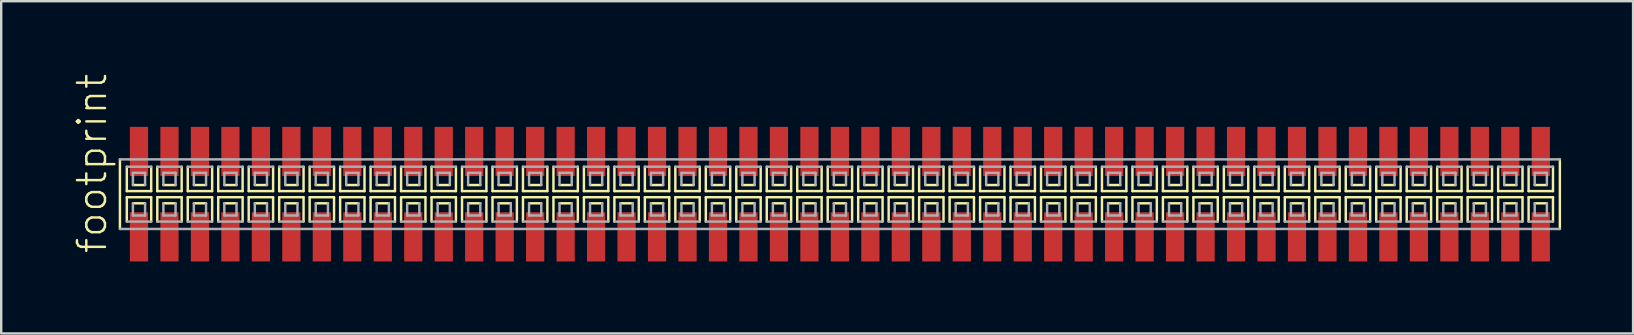
<source format=kicad_pcb>
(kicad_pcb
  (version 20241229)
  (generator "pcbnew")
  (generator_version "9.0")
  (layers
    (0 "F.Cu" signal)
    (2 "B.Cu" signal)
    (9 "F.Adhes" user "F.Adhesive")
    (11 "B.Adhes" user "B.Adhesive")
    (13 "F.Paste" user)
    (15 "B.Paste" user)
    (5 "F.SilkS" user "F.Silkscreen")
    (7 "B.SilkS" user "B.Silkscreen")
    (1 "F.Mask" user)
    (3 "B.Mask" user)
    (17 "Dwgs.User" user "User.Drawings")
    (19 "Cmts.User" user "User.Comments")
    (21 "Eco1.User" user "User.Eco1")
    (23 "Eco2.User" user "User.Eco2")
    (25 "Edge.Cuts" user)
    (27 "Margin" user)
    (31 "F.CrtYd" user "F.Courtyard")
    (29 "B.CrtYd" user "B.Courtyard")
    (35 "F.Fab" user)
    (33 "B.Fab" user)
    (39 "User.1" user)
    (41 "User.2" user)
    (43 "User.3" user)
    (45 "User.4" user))
  (footprint "footprint"
    (layer "F.Cu")
    (at 31.953 5.042)
    (property "Reference" "footprint" (at -30.48 2.54 90) (layer "F.SilkS") (effects (font (size 1.168 1.168) (thickness 0.102)) (justify left bottom)))
    (fp_line (start -30.005 -1.45) (end -30.005 1.45) (stroke (width 0.102) (type solid)) (layer "F.SilkS"))
    (fp_line (start -29.718 -1.143) (end -29.718 -0.127) (stroke (width 0.102) (type solid)) (layer "F.SilkS"))
    (fp_line (start -29.718 -0.127) (end -28.702 -0.127) (stroke (width 0.102) (type solid)) (layer "F.SilkS"))
    (fp_line (start -29.718 0.127) (end -29.718 1.143) (stroke (width 0.102) (type solid)) (layer "F.SilkS"))
    (fp_line (start -29.464 -0.381) (end -28.956 -0.381) (stroke (width 0.102) (type solid)) (layer "F.SilkS"))
    (fp_line (start -28.956 0.381) (end -29.464 0.381) (stroke (width 0.102) (type solid)) (layer "F.SilkS"))
    (fp_line (start -28.702 -0.127) (end -28.702 -1.143) (stroke (width 0.102) (type solid)) (layer "F.SilkS"))
    (fp_line (start -28.702 0.127) (end -29.718 0.127) (stroke (width 0.102) (type solid)) (layer "F.SilkS"))
    (fp_line (start -28.702 1.143) (end -28.702 0.127) (stroke (width 0.102) (type solid)) (layer "F.SilkS"))
    (fp_line (start -28.448 -1.143) (end -28.448 -0.127) (stroke (width 0.102) (type solid)) (layer "F.SilkS"))
    (fp_line (start -28.448 -0.127) (end -27.432 -0.127) (stroke (width 0.102) (type solid)) (layer "F.SilkS"))
    (fp_line (start -28.448 0.127) (end -28.448 1.143) (stroke (width 0.102) (type solid)) (layer "F.SilkS"))
    (fp_line (start -28.194 -0.381) (end -27.686 -0.381) (stroke (width 0.102) (type solid)) (layer "F.SilkS"))
    (fp_line (start -27.686 0.381) (end -28.194 0.381) (stroke (width 0.102) (type solid)) (layer "F.SilkS"))
    (fp_line (start -27.432 -0.127) (end -27.432 -1.143) (stroke (width 0.102) (type solid)) (layer "F.SilkS"))
    (fp_line (start -27.432 0.127) (end -28.448 0.127) (stroke (width 0.102) (type solid)) (layer "F.SilkS"))
    (fp_line (start -27.432 1.143) (end -27.432 0.127) (stroke (width 0.102) (type solid)) (layer "F.SilkS"))
    (fp_line (start -27.178 -1.143) (end -27.178 -0.127) (stroke (width 0.102) (type solid)) (layer "F.SilkS"))
    (fp_line (start -27.178 -0.127) (end -26.162 -0.127) (stroke (width 0.102) (type solid)) (layer "F.SilkS"))
    (fp_line (start -27.178 0.127) (end -27.178 1.143) (stroke (width 0.102) (type solid)) (layer "F.SilkS"))
    (fp_line (start -26.924 -0.381) (end -26.416 -0.381) (stroke (width 0.102) (type solid)) (layer "F.SilkS"))
    (fp_line (start -26.416 0.381) (end -26.924 0.381) (stroke (width 0.102) (type solid)) (layer "F.SilkS"))
    (fp_line (start -26.162 -0.127) (end -26.162 -1.143) (stroke (width 0.102) (type solid)) (layer "F.SilkS"))
    (fp_line (start -26.162 0.127) (end -27.178 0.127) (stroke (width 0.102) (type solid)) (layer "F.SilkS"))
    (fp_line (start -26.162 1.143) (end -26.162 0.127) (stroke (width 0.102) (type solid)) (layer "F.SilkS"))
    (fp_line (start -25.908 -1.143) (end -25.908 -0.127) (stroke (width 0.102) (type solid)) (layer "F.SilkS"))
    (fp_line (start -25.908 -0.127) (end -24.892 -0.127) (stroke (width 0.102) (type solid)) (layer "F.SilkS"))
    (fp_line (start -25.908 0.127) (end -25.908 1.143) (stroke (width 0.102) (type solid)) (layer "F.SilkS"))
    (fp_line (start -25.654 -0.381) (end -25.146 -0.381) (stroke (width 0.102) (type solid)) (layer "F.SilkS"))
    (fp_line (start -25.146 0.381) (end -25.654 0.381) (stroke (width 0.102) (type solid)) (layer "F.SilkS"))
    (fp_line (start -24.892 -0.127) (end -24.892 -1.143) (stroke (width 0.102) (type solid)) (layer "F.SilkS"))
    (fp_line (start -24.892 0.127) (end -25.908 0.127) (stroke (width 0.102) (type solid)) (layer "F.SilkS"))
    (fp_line (start -24.892 1.143) (end -24.892 0.127) (stroke (width 0.102) (type solid)) (layer "F.SilkS"))
    (fp_line (start -24.638 -1.143) (end -24.638 -0.127) (stroke (width 0.102) (type solid)) (layer "F.SilkS"))
    (fp_line (start -24.638 -0.127) (end -23.622 -0.127) (stroke (width 0.102) (type solid)) (layer "F.SilkS"))
    (fp_line (start -24.638 0.127) (end -24.638 1.143) (stroke (width 0.102) (type solid)) (layer "F.SilkS"))
    (fp_line (start -24.384 -0.381) (end -23.876 -0.381) (stroke (width 0.102) (type solid)) (layer "F.SilkS"))
    (fp_line (start -23.876 0.381) (end -24.384 0.381) (stroke (width 0.102) (type solid)) (layer "F.SilkS"))
    (fp_line (start -23.622 -0.127) (end -23.622 -1.143) (stroke (width 0.102) (type solid)) (layer "F.SilkS"))
    (fp_line (start -23.622 0.127) (end -24.638 0.127) (stroke (width 0.102) (type solid)) (layer "F.SilkS"))
    (fp_line (start -23.622 1.143) (end -23.622 0.127) (stroke (width 0.102) (type solid)) (layer "F.SilkS"))
    (fp_line (start -23.368 -1.143) (end -23.368 -0.127) (stroke (width 0.102) (type solid)) (layer "F.SilkS"))
    (fp_line (start -23.368 -0.127) (end -22.352 -0.127) (stroke (width 0.102) (type solid)) (layer "F.SilkS"))
    (fp_line (start -23.368 0.127) (end -23.368 1.143) (stroke (width 0.102) (type solid)) (layer "F.SilkS"))
    (fp_line (start -23.114 -0.381) (end -22.606 -0.381) (stroke (width 0.102) (type solid)) (layer "F.SilkS"))
    (fp_line (start -22.606 0.381) (end -23.114 0.381) (stroke (width 0.102) (type solid)) (layer "F.SilkS"))
    (fp_line (start -22.352 -0.127) (end -22.352 -1.143) (stroke (width 0.102) (type solid)) (layer "F.SilkS"))
    (fp_line (start -22.352 0.127) (end -23.368 0.127) (stroke (width 0.102) (type solid)) (layer "F.SilkS"))
    (fp_line (start -22.352 1.143) (end -22.352 0.127) (stroke (width 0.102) (type solid)) (layer "F.SilkS"))
    (fp_line (start -22.098 -1.143) (end -22.098 -0.127) (stroke (width 0.102) (type solid)) (layer "F.SilkS"))
    (fp_line (start -22.098 -0.127) (end -21.082 -0.127) (stroke (width 0.102) (type solid)) (layer "F.SilkS"))
    (fp_line (start -22.098 0.127) (end -22.098 1.143) (stroke (width 0.102) (type solid)) (layer "F.SilkS"))
    (fp_line (start -21.844 -0.381) (end -21.336 -0.381) (stroke (width 0.102) (type solid)) (layer "F.SilkS"))
    (fp_line (start -21.336 0.381) (end -21.844 0.381) (stroke (width 0.102) (type solid)) (layer "F.SilkS"))
    (fp_line (start -21.082 -0.127) (end -21.082 -1.143) (stroke (width 0.102) (type solid)) (layer "F.SilkS"))
    (fp_line (start -21.082 0.127) (end -22.098 0.127) (stroke (width 0.102) (type solid)) (layer "F.SilkS"))
    (fp_line (start -21.082 1.143) (end -21.082 0.127) (stroke (width 0.102) (type solid)) (layer "F.SilkS"))
    (fp_line (start -20.828 -1.143) (end -20.828 -0.127) (stroke (width 0.102) (type solid)) (layer "F.SilkS"))
    (fp_line (start -20.828 -0.127) (end -19.812 -0.127) (stroke (width 0.102) (type solid)) (layer "F.SilkS"))
    (fp_line (start -20.828 0.127) (end -20.828 1.143) (stroke (width 0.102) (type solid)) (layer "F.SilkS"))
    (fp_line (start -20.574 -0.381) (end -20.066 -0.381) (stroke (width 0.102) (type solid)) (layer "F.SilkS"))
    (fp_line (start -20.066 0.381) (end -20.574 0.381) (stroke (width 0.102) (type solid)) (layer "F.SilkS"))
    (fp_line (start -19.812 -0.127) (end -19.812 -1.143) (stroke (width 0.102) (type solid)) (layer "F.SilkS"))
    (fp_line (start -19.812 0.127) (end -20.828 0.127) (stroke (width 0.102) (type solid)) (layer "F.SilkS"))
    (fp_line (start -19.812 1.143) (end -19.812 0.127) (stroke (width 0.102) (type solid)) (layer "F.SilkS"))
    (fp_line (start -19.558 -1.143) (end -19.558 -0.127) (stroke (width 0.102) (type solid)) (layer "F.SilkS"))
    (fp_line (start -19.558 -0.127) (end -18.542 -0.127) (stroke (width 0.102) (type solid)) (layer "F.SilkS"))
    (fp_line (start -19.558 0.127) (end -19.558 1.143) (stroke (width 0.102) (type solid)) (layer "F.SilkS"))
    (fp_line (start -19.304 -0.381) (end -18.796 -0.381) (stroke (width 0.102) (type solid)) (layer "F.SilkS"))
    (fp_line (start -18.796 0.381) (end -19.304 0.381) (stroke (width 0.102) (type solid)) (layer "F.SilkS"))
    (fp_line (start -18.542 -0.127) (end -18.542 -1.143) (stroke (width 0.102) (type solid)) (layer "F.SilkS"))
    (fp_line (start -18.542 0.127) (end -19.558 0.127) (stroke (width 0.102) (type solid)) (layer "F.SilkS"))
    (fp_line (start -18.542 1.143) (end -18.542 0.127) (stroke (width 0.102) (type solid)) (layer "F.SilkS"))
    (fp_line (start -18.288 -1.143) (end -18.288 -0.127) (stroke (width 0.102) (type solid)) (layer "F.SilkS"))
    (fp_line (start -18.288 -0.127) (end -17.272 -0.127) (stroke (width 0.102) (type solid)) (layer "F.SilkS"))
    (fp_line (start -18.288 0.127) (end -18.288 1.143) (stroke (width 0.102) (type solid)) (layer "F.SilkS"))
    (fp_line (start -18.034 -0.381) (end -17.526 -0.381) (stroke (width 0.102) (type solid)) (layer "F.SilkS"))
    (fp_line (start -17.526 0.381) (end -18.034 0.381) (stroke (width 0.102) (type solid)) (layer "F.SilkS"))
    (fp_line (start -17.272 -0.127) (end -17.272 -1.143) (stroke (width 0.102) (type solid)) (layer "F.SilkS"))
    (fp_line (start -17.272 0.127) (end -18.288 0.127) (stroke (width 0.102) (type solid)) (layer "F.SilkS"))
    (fp_line (start -17.272 1.143) (end -17.272 0.127) (stroke (width 0.102) (type solid)) (layer "F.SilkS"))
    (fp_line (start -17.018 -1.143) (end -17.018 -0.127) (stroke (width 0.102) (type solid)) (layer "F.SilkS"))
    (fp_line (start -17.018 -0.127) (end -16.002 -0.127) (stroke (width 0.102) (type solid)) (layer "F.SilkS"))
    (fp_line (start -17.018 0.127) (end -17.018 1.143) (stroke (width 0.102) (type solid)) (layer "F.SilkS"))
    (fp_line (start -16.764 -0.381) (end -16.256 -0.381) (stroke (width 0.102) (type solid)) (layer "F.SilkS"))
    (fp_line (start -16.256 0.381) (end -16.764 0.381) (stroke (width 0.102) (type solid)) (layer "F.SilkS"))
    (fp_line (start -16.002 -0.127) (end -16.002 -1.143) (stroke (width 0.102) (type solid)) (layer "F.SilkS"))
    (fp_line (start -16.002 0.127) (end -17.018 0.127) (stroke (width 0.102) (type solid)) (layer "F.SilkS"))
    (fp_line (start -16.002 1.143) (end -16.002 0.127) (stroke (width 0.102) (type solid)) (layer "F.SilkS"))
    (fp_line (start -15.748 -1.143) (end -15.748 -0.127) (stroke (width 0.102) (type solid)) (layer "F.SilkS"))
    (fp_line (start -15.748 -0.127) (end -14.732 -0.127) (stroke (width 0.102) (type solid)) (layer "F.SilkS"))
    (fp_line (start -15.748 0.127) (end -15.748 1.143) (stroke (width 0.102) (type solid)) (layer "F.SilkS"))
    (fp_line (start -15.494 -0.381) (end -14.986 -0.381) (stroke (width 0.102) (type solid)) (layer "F.SilkS"))
    (fp_line (start -14.986 0.381) (end -15.494 0.381) (stroke (width 0.102) (type solid)) (layer "F.SilkS"))
    (fp_line (start -14.732 -0.127) (end -14.732 -1.143) (stroke (width 0.102) (type solid)) (layer "F.SilkS"))
    (fp_line (start -14.732 0.127) (end -15.748 0.127) (stroke (width 0.102) (type solid)) (layer "F.SilkS"))
    (fp_line (start -14.732 1.143) (end -14.732 0.127) (stroke (width 0.102) (type solid)) (layer "F.SilkS"))
    (fp_line (start -14.478 -1.143) (end -14.478 -0.127) (stroke (width 0.102) (type solid)) (layer "F.SilkS"))
    (fp_line (start -14.478 -0.127) (end -13.462 -0.127) (stroke (width 0.102) (type solid)) (layer "F.SilkS"))
    (fp_line (start -14.478 0.127) (end -14.478 1.143) (stroke (width 0.102) (type solid)) (layer "F.SilkS"))
    (fp_line (start -14.224 -0.381) (end -13.716 -0.381) (stroke (width 0.102) (type solid)) (layer "F.SilkS"))
    (fp_line (start -13.716 0.381) (end -14.224 0.381) (stroke (width 0.102) (type solid)) (layer "F.SilkS"))
    (fp_line (start -13.462 -0.127) (end -13.462 -1.143) (stroke (width 0.102) (type solid)) (layer "F.SilkS"))
    (fp_line (start -13.462 0.127) (end -14.478 0.127) (stroke (width 0.102) (type solid)) (layer "F.SilkS"))
    (fp_line (start -13.462 1.143) (end -13.462 0.127) (stroke (width 0.102) (type solid)) (layer "F.SilkS"))
    (fp_line (start -13.208 -1.143) (end -13.208 -0.127) (stroke (width 0.102) (type solid)) (layer "F.SilkS"))
    (fp_line (start -13.208 -0.127) (end -12.192 -0.127) (stroke (width 0.102) (type solid)) (layer "F.SilkS"))
    (fp_line (start -13.208 0.127) (end -13.208 1.143) (stroke (width 0.102) (type solid)) (layer "F.SilkS"))
    (fp_line (start -12.954 -0.381) (end -12.446 -0.381) (stroke (width 0.102) (type solid)) (layer "F.SilkS"))
    (fp_line (start -12.446 0.381) (end -12.954 0.381) (stroke (width 0.102) (type solid)) (layer "F.SilkS"))
    (fp_line (start -12.192 -0.127) (end -12.192 -1.143) (stroke (width 0.102) (type solid)) (layer "F.SilkS"))
    (fp_line (start -12.192 0.127) (end -13.208 0.127) (stroke (width 0.102) (type solid)) (layer "F.SilkS"))
    (fp_line (start -12.192 1.143) (end -12.192 0.127) (stroke (width 0.102) (type solid)) (layer "F.SilkS"))
    (fp_line (start -11.938 -1.143) (end -11.938 -0.127) (stroke (width 0.102) (type solid)) (layer "F.SilkS"))
    (fp_line (start -11.938 -0.127) (end -10.922 -0.127) (stroke (width 0.102) (type solid)) (layer "F.SilkS"))
    (fp_line (start -11.938 0.127) (end -11.938 1.143) (stroke (width 0.102) (type solid)) (layer "F.SilkS"))
    (fp_line (start -11.684 -0.381) (end -11.176 -0.381) (stroke (width 0.102) (type solid)) (layer "F.SilkS"))
    (fp_line (start -11.176 0.381) (end -11.684 0.381) (stroke (width 0.102) (type solid)) (layer "F.SilkS"))
    (fp_line (start -10.922 -0.127) (end -10.922 -1.143) (stroke (width 0.102) (type solid)) (layer "F.SilkS"))
    (fp_line (start -10.922 0.127) (end -11.938 0.127) (stroke (width 0.102) (type solid)) (layer "F.SilkS"))
    (fp_line (start -10.922 1.143) (end -10.922 0.127) (stroke (width 0.102) (type solid)) (layer "F.SilkS"))
    (fp_line (start -10.668 -1.143) (end -10.668 -0.127) (stroke (width 0.102) (type solid)) (layer "F.SilkS"))
    (fp_line (start -10.668 -0.127) (end -9.652 -0.127) (stroke (width 0.102) (type solid)) (layer "F.SilkS"))
    (fp_line (start -10.668 0.127) (end -10.668 1.143) (stroke (width 0.102) (type solid)) (layer "F.SilkS"))
    (fp_line (start -10.414 -0.381) (end -9.906 -0.381) (stroke (width 0.102) (type solid)) (layer "F.SilkS"))
    (fp_line (start -9.906 0.381) (end -10.414 0.381) (stroke (width 0.102) (type solid)) (layer "F.SilkS"))
    (fp_line (start -9.652 -0.127) (end -9.652 -1.143) (stroke (width 0.102) (type solid)) (layer "F.SilkS"))
    (fp_line (start -9.652 0.127) (end -10.668 0.127) (stroke (width 0.102) (type solid)) (layer "F.SilkS"))
    (fp_line (start -9.652 1.143) (end -9.652 0.127) (stroke (width 0.102) (type solid)) (layer "F.SilkS"))
    (fp_line (start -9.398 -1.143) (end -9.398 -0.127) (stroke (width 0.102) (type solid)) (layer "F.SilkS"))
    (fp_line (start -9.398 -0.127) (end -8.382 -0.127) (stroke (width 0.102) (type solid)) (layer "F.SilkS"))
    (fp_line (start -9.398 0.127) (end -9.398 1.143) (stroke (width 0.102) (type solid)) (layer "F.SilkS"))
    (fp_line (start -9.144 -0.381) (end -8.636 -0.381) (stroke (width 0.102) (type solid)) (layer "F.SilkS"))
    (fp_line (start -8.636 0.381) (end -9.144 0.381) (stroke (width 0.102) (type solid)) (layer "F.SilkS"))
    (fp_line (start -8.382 -0.127) (end -8.382 -1.143) (stroke (width 0.102) (type solid)) (layer "F.SilkS"))
    (fp_line (start -8.382 0.127) (end -9.398 0.127) (stroke (width 0.102) (type solid)) (layer "F.SilkS"))
    (fp_line (start -8.382 1.143) (end -8.382 0.127) (stroke (width 0.102) (type solid)) (layer "F.SilkS"))
    (fp_line (start -8.128 -1.143) (end -8.128 -0.127) (stroke (width 0.102) (type solid)) (layer "F.SilkS"))
    (fp_line (start -8.128 -0.127) (end -7.112 -0.127) (stroke (width 0.102) (type solid)) (layer "F.SilkS"))
    (fp_line (start -8.128 0.127) (end -8.128 1.143) (stroke (width 0.102) (type solid)) (layer "F.SilkS"))
    (fp_line (start -7.874 -0.381) (end -7.366 -0.381) (stroke (width 0.102) (type solid)) (layer "F.SilkS"))
    (fp_line (start -7.366 0.381) (end -7.874 0.381) (stroke (width 0.102) (type solid)) (layer "F.SilkS"))
    (fp_line (start -7.112 -0.127) (end -7.112 -1.143) (stroke (width 0.102) (type solid)) (layer "F.SilkS"))
    (fp_line (start -7.112 0.127) (end -8.128 0.127) (stroke (width 0.102) (type solid)) (layer "F.SilkS"))
    (fp_line (start -7.112 1.143) (end -7.112 0.127) (stroke (width 0.102) (type solid)) (layer "F.SilkS"))
    (fp_line (start -6.858 -1.143) (end -6.858 -0.127) (stroke (width 0.102) (type solid)) (layer "F.SilkS"))
    (fp_line (start -6.858 -0.127) (end -5.842 -0.127) (stroke (width 0.102) (type solid)) (layer "F.SilkS"))
    (fp_line (start -6.858 0.127) (end -6.858 1.143) (stroke (width 0.102) (type solid)) (layer "F.SilkS"))
    (fp_line (start -6.604 -0.381) (end -6.096 -0.381) (stroke (width 0.102) (type solid)) (layer "F.SilkS"))
    (fp_line (start -6.096 0.381) (end -6.604 0.381) (stroke (width 0.102) (type solid)) (layer "F.SilkS"))
    (fp_line (start -5.842 -0.127) (end -5.842 -1.143) (stroke (width 0.102) (type solid)) (layer "F.SilkS"))
    (fp_line (start -5.842 0.127) (end -6.858 0.127) (stroke (width 0.102) (type solid)) (layer "F.SilkS"))
    (fp_line (start -5.842 1.143) (end -5.842 0.127) (stroke (width 0.102) (type solid)) (layer "F.SilkS"))
    (fp_line (start -5.588 -1.143) (end -5.588 -0.127) (stroke (width 0.102) (type solid)) (layer "F.SilkS"))
    (fp_line (start -5.588 -0.127) (end -4.572 -0.127) (stroke (width 0.102) (type solid)) (layer "F.SilkS"))
    (fp_line (start -5.588 0.127) (end -5.588 1.143) (stroke (width 0.102) (type solid)) (layer "F.SilkS"))
    (fp_line (start -5.334 -0.381) (end -4.826 -0.381) (stroke (width 0.102) (type solid)) (layer "F.SilkS"))
    (fp_line (start -4.826 0.381) (end -5.334 0.381) (stroke (width 0.102) (type solid)) (layer "F.SilkS"))
    (fp_line (start -4.572 -0.127) (end -4.572 -1.143) (stroke (width 0.102) (type solid)) (layer "F.SilkS"))
    (fp_line (start -4.572 0.127) (end -5.588 0.127) (stroke (width 0.102) (type solid)) (layer "F.SilkS"))
    (fp_line (start -4.572 1.143) (end -4.572 0.127) (stroke (width 0.102) (type solid)) (layer "F.SilkS"))
    (fp_line (start -4.318 -1.143) (end -4.318 -0.127) (stroke (width 0.102) (type solid)) (layer "F.SilkS"))
    (fp_line (start -4.318 -0.127) (end -3.302 -0.127) (stroke (width 0.102) (type solid)) (layer "F.SilkS"))
    (fp_line (start -4.318 0.127) (end -4.318 1.143) (stroke (width 0.102) (type solid)) (layer "F.SilkS"))
    (fp_line (start -4.064 -0.381) (end -3.556 -0.381) (stroke (width 0.102) (type solid)) (layer "F.SilkS"))
    (fp_line (start -3.556 0.381) (end -4.064 0.381) (stroke (width 0.102) (type solid)) (layer "F.SilkS"))
    (fp_line (start -3.302 -0.127) (end -3.302 -1.143) (stroke (width 0.102) (type solid)) (layer "F.SilkS"))
    (fp_line (start -3.302 0.127) (end -4.318 0.127) (stroke (width 0.102) (type solid)) (layer "F.SilkS"))
    (fp_line (start -3.302 1.143) (end -3.302 0.127) (stroke (width 0.102) (type solid)) (layer "F.SilkS"))
    (fp_line (start -3.048 -1.143) (end -3.048 -0.127) (stroke (width 0.102) (type solid)) (layer "F.SilkS"))
    (fp_line (start -3.048 -0.127) (end -2.032 -0.127) (stroke (width 0.102) (type solid)) (layer "F.SilkS"))
    (fp_line (start -3.048 0.127) (end -3.048 1.143) (stroke (width 0.102) (type solid)) (layer "F.SilkS"))
    (fp_line (start -2.794 -0.381) (end -2.286 -0.381) (stroke (width 0.102) (type solid)) (layer "F.SilkS"))
    (fp_line (start -2.286 0.381) (end -2.794 0.381) (stroke (width 0.102) (type solid)) (layer "F.SilkS"))
    (fp_line (start -2.032 -0.127) (end -2.032 -1.143) (stroke (width 0.102) (type solid)) (layer "F.SilkS"))
    (fp_line (start -2.032 0.127) (end -3.048 0.127) (stroke (width 0.102) (type solid)) (layer "F.SilkS"))
    (fp_line (start -2.032 1.143) (end -2.032 0.127) (stroke (width 0.102) (type solid)) (layer "F.SilkS"))
    (fp_line (start -1.778 -1.143) (end -1.778 -0.127) (stroke (width 0.102) (type solid)) (layer "F.SilkS"))
    (fp_line (start -1.778 -0.127) (end -0.762 -0.127) (stroke (width 0.102) (type solid)) (layer "F.SilkS"))
    (fp_line (start -1.778 0.127) (end -1.778 1.143) (stroke (width 0.102) (type solid)) (layer "F.SilkS"))
    (fp_line (start -1.524 -0.381) (end -1.016 -0.381) (stroke (width 0.102) (type solid)) (layer "F.SilkS"))
    (fp_line (start -1.016 0.381) (end -1.524 0.381) (stroke (width 0.102) (type solid)) (layer "F.SilkS"))
    (fp_line (start -0.762 -0.127) (end -0.762 -1.143) (stroke (width 0.102) (type solid)) (layer "F.SilkS"))
    (fp_line (start -0.762 0.127) (end -1.778 0.127) (stroke (width 0.102) (type solid)) (layer "F.SilkS"))
    (fp_line (start -0.762 1.143) (end -0.762 0.127) (stroke (width 0.102) (type solid)) (layer "F.SilkS"))
    (fp_line (start -0.508 -1.143) (end -0.508 -0.127) (stroke (width 0.102) (type solid)) (layer "F.SilkS"))
    (fp_line (start -0.508 -0.127) (end 0.508 -0.127) (stroke (width 0.102) (type solid)) (layer "F.SilkS"))
    (fp_line (start -0.508 0.127) (end -0.508 1.143) (stroke (width 0.102) (type solid)) (layer "F.SilkS"))
    (fp_line (start -0.254 -0.381) (end 0.254 -0.381) (stroke (width 0.102) (type solid)) (layer "F.SilkS"))
    (fp_line (start 0.254 0.381) (end -0.254 0.381) (stroke (width 0.102) (type solid)) (layer "F.SilkS"))
    (fp_line (start 0.508 -0.127) (end 0.508 -1.143) (stroke (width 0.102) (type solid)) (layer "F.SilkS"))
    (fp_line (start 0.508 0.127) (end -0.508 0.127) (stroke (width 0.102) (type solid)) (layer "F.SilkS"))
    (fp_line (start 0.508 1.143) (end 0.508 0.127) (stroke (width 0.102) (type solid)) (layer "F.SilkS"))
    (fp_line (start 0.762 -1.143) (end 0.762 -0.127) (stroke (width 0.102) (type solid)) (layer "F.SilkS"))
    (fp_line (start 0.762 -0.127) (end 1.778 -0.127) (stroke (width 0.102) (type solid)) (layer "F.SilkS"))
    (fp_line (start 0.762 0.127) (end 0.762 1.143) (stroke (width 0.102) (type solid)) (layer "F.SilkS"))
    (fp_line (start 1.016 -0.381) (end 1.524 -0.381) (stroke (width 0.102) (type solid)) (layer "F.SilkS"))
    (fp_line (start 1.524 0.381) (end 1.016 0.381) (stroke (width 0.102) (type solid)) (layer "F.SilkS"))
    (fp_line (start 1.778 -0.127) (end 1.778 -1.143) (stroke (width 0.102) (type solid)) (layer "F.SilkS"))
    (fp_line (start 1.778 0.127) (end 0.762 0.127) (stroke (width 0.102) (type solid)) (layer "F.SilkS"))
    (fp_line (start 1.778 1.143) (end 1.778 0.127) (stroke (width 0.102) (type solid)) (layer "F.SilkS"))
    (fp_line (start 2.032 -1.143) (end 2.032 -0.127) (stroke (width 0.102) (type solid)) (layer "F.SilkS"))
    (fp_line (start 2.032 -0.127) (end 3.048 -0.127) (stroke (width 0.102) (type solid)) (layer "F.SilkS"))
    (fp_line (start 2.032 0.127) (end 2.032 1.143) (stroke (width 0.102) (type solid)) (layer "F.SilkS"))
    (fp_line (start 2.286 -0.381) (end 2.794 -0.381) (stroke (width 0.102) (type solid)) (layer "F.SilkS"))
    (fp_line (start 2.794 0.381) (end 2.286 0.381) (stroke (width 0.102) (type solid)) (layer "F.SilkS"))
    (fp_line (start 3.048 -0.127) (end 3.048 -1.143) (stroke (width 0.102) (type solid)) (layer "F.SilkS"))
    (fp_line (start 3.048 0.127) (end 2.032 0.127) (stroke (width 0.102) (type solid)) (layer "F.SilkS"))
    (fp_line (start 3.048 1.143) (end 3.048 0.127) (stroke (width 0.102) (type solid)) (layer "F.SilkS"))
    (fp_line (start 3.302 -1.143) (end 3.302 -0.127) (stroke (width 0.102) (type solid)) (layer "F.SilkS"))
    (fp_line (start 3.302 -0.127) (end 4.318 -0.127) (stroke (width 0.102) (type solid)) (layer "F.SilkS"))
    (fp_line (start 3.302 0.127) (end 3.302 1.143) (stroke (width 0.102) (type solid)) (layer "F.SilkS"))
    (fp_line (start 3.556 -0.381) (end 4.064 -0.381) (stroke (width 0.102) (type solid)) (layer "F.SilkS"))
    (fp_line (start 4.064 0.381) (end 3.556 0.381) (stroke (width 0.102) (type solid)) (layer "F.SilkS"))
    (fp_line (start 4.318 -0.127) (end 4.318 -1.143) (stroke (width 0.102) (type solid)) (layer "F.SilkS"))
    (fp_line (start 4.318 0.127) (end 3.302 0.127) (stroke (width 0.102) (type solid)) (layer "F.SilkS"))
    (fp_line (start 4.318 1.143) (end 4.318 0.127) (stroke (width 0.102) (type solid)) (layer "F.SilkS"))
    (fp_line (start 4.572 -1.143) (end 4.572 -0.127) (stroke (width 0.102) (type solid)) (layer "F.SilkS"))
    (fp_line (start 4.572 -0.127) (end 5.588 -0.127) (stroke (width 0.102) (type solid)) (layer "F.SilkS"))
    (fp_line (start 4.572 0.127) (end 4.572 1.143) (stroke (width 0.102) (type solid)) (layer "F.SilkS"))
    (fp_line (start 4.826 -0.381) (end 5.334 -0.381) (stroke (width 0.102) (type solid)) (layer "F.SilkS"))
    (fp_line (start 5.334 0.381) (end 4.826 0.381) (stroke (width 0.102) (type solid)) (layer "F.SilkS"))
    (fp_line (start 5.588 -0.127) (end 5.588 -1.143) (stroke (width 0.102) (type solid)) (layer "F.SilkS"))
    (fp_line (start 5.588 0.127) (end 4.572 0.127) (stroke (width 0.102) (type solid)) (layer "F.SilkS"))
    (fp_line (start 5.588 1.143) (end 5.588 0.127) (stroke (width 0.102) (type solid)) (layer "F.SilkS"))
    (fp_line (start 5.842 -1.143) (end 5.842 -0.127) (stroke (width 0.102) (type solid)) (layer "F.SilkS"))
    (fp_line (start 5.842 -0.127) (end 6.858 -0.127) (stroke (width 0.102) (type solid)) (layer "F.SilkS"))
    (fp_line (start 5.842 0.127) (end 5.842 1.143) (stroke (width 0.102) (type solid)) (layer "F.SilkS"))
    (fp_line (start 6.096 -0.381) (end 6.604 -0.381) (stroke (width 0.102) (type solid)) (layer "F.SilkS"))
    (fp_line (start 6.604 0.381) (end 6.096 0.381) (stroke (width 0.102) (type solid)) (layer "F.SilkS"))
    (fp_line (start 6.858 -0.127) (end 6.858 -1.143) (stroke (width 0.102) (type solid)) (layer "F.SilkS"))
    (fp_line (start 6.858 0.127) (end 5.842 0.127) (stroke (width 0.102) (type solid)) (layer "F.SilkS"))
    (fp_line (start 6.858 1.143) (end 6.858 0.127) (stroke (width 0.102) (type solid)) (layer "F.SilkS"))
    (fp_line (start 7.112 -1.143) (end 7.112 -0.127) (stroke (width 0.102) (type solid)) (layer "F.SilkS"))
    (fp_line (start 7.112 -0.127) (end 8.128 -0.127) (stroke (width 0.102) (type solid)) (layer "F.SilkS"))
    (fp_line (start 7.112 0.127) (end 7.112 1.143) (stroke (width 0.102) (type solid)) (layer "F.SilkS"))
    (fp_line (start 7.366 -0.381) (end 7.874 -0.381) (stroke (width 0.102) (type solid)) (layer "F.SilkS"))
    (fp_line (start 7.874 0.381) (end 7.366 0.381) (stroke (width 0.102) (type solid)) (layer "F.SilkS"))
    (fp_line (start 8.128 -0.127) (end 8.128 -1.143) (stroke (width 0.102) (type solid)) (layer "F.SilkS"))
    (fp_line (start 8.128 0.127) (end 7.112 0.127) (stroke (width 0.102) (type solid)) (layer "F.SilkS"))
    (fp_line (start 8.128 1.143) (end 8.128 0.127) (stroke (width 0.102) (type solid)) (layer "F.SilkS"))
    (fp_line (start 8.382 -1.143) (end 8.382 -0.127) (stroke (width 0.102) (type solid)) (layer "F.SilkS"))
    (fp_line (start 8.382 -0.127) (end 9.398 -0.127) (stroke (width 0.102) (type solid)) (layer "F.SilkS"))
    (fp_line (start 8.382 0.127) (end 8.382 1.143) (stroke (width 0.102) (type solid)) (layer "F.SilkS"))
    (fp_line (start 8.636 -0.381) (end 9.144 -0.381) (stroke (width 0.102) (type solid)) (layer "F.SilkS"))
    (fp_line (start 9.144 0.381) (end 8.636 0.381) (stroke (width 0.102) (type solid)) (layer "F.SilkS"))
    (fp_line (start 9.398 -0.127) (end 9.398 -1.143) (stroke (width 0.102) (type solid)) (layer "F.SilkS"))
    (fp_line (start 9.398 0.127) (end 8.382 0.127) (stroke (width 0.102) (type solid)) (layer "F.SilkS"))
    (fp_line (start 9.398 1.143) (end 9.398 0.127) (stroke (width 0.102) (type solid)) (layer "F.SilkS"))
    (fp_line (start 9.652 -1.143) (end 9.652 -0.127) (stroke (width 0.102) (type solid)) (layer "F.SilkS"))
    (fp_line (start 9.652 -0.127) (end 10.668 -0.127) (stroke (width 0.102) (type solid)) (layer "F.SilkS"))
    (fp_line (start 9.652 0.127) (end 9.652 1.143) (stroke (width 0.102) (type solid)) (layer "F.SilkS"))
    (fp_line (start 9.906 -0.381) (end 10.414 -0.381) (stroke (width 0.102) (type solid)) (layer "F.SilkS"))
    (fp_line (start 10.414 0.381) (end 9.906 0.381) (stroke (width 0.102) (type solid)) (layer "F.SilkS"))
    (fp_line (start 10.668 -0.127) (end 10.668 -1.143) (stroke (width 0.102) (type solid)) (layer "F.SilkS"))
    (fp_line (start 10.668 0.127) (end 9.652 0.127) (stroke (width 0.102) (type solid)) (layer "F.SilkS"))
    (fp_line (start 10.668 1.143) (end 10.668 0.127) (stroke (width 0.102) (type solid)) (layer "F.SilkS"))
    (fp_line (start 10.922 -1.143) (end 10.922 -0.127) (stroke (width 0.102) (type solid)) (layer "F.SilkS"))
    (fp_line (start 10.922 -0.127) (end 11.938 -0.127) (stroke (width 0.102) (type solid)) (layer "F.SilkS"))
    (fp_line (start 10.922 0.127) (end 10.922 1.143) (stroke (width 0.102) (type solid)) (layer "F.SilkS"))
    (fp_line (start 11.176 -0.381) (end 11.684 -0.381) (stroke (width 0.102) (type solid)) (layer "F.SilkS"))
    (fp_line (start 11.684 0.381) (end 11.176 0.381) (stroke (width 0.102) (type solid)) (layer "F.SilkS"))
    (fp_line (start 11.938 -0.127) (end 11.938 -1.143) (stroke (width 0.102) (type solid)) (layer "F.SilkS"))
    (fp_line (start 11.938 0.127) (end 10.922 0.127) (stroke (width 0.102) (type solid)) (layer "F.SilkS"))
    (fp_line (start 11.938 1.143) (end 11.938 0.127) (stroke (width 0.102) (type solid)) (layer "F.SilkS"))
    (fp_line (start 12.192 -1.143) (end 12.192 -0.127) (stroke (width 0.102) (type solid)) (layer "F.SilkS"))
    (fp_line (start 12.192 -0.127) (end 13.208 -0.127) (stroke (width 0.102) (type solid)) (layer "F.SilkS"))
    (fp_line (start 12.192 0.127) (end 12.192 1.143) (stroke (width 0.102) (type solid)) (layer "F.SilkS"))
    (fp_line (start 12.446 -0.381) (end 12.954 -0.381) (stroke (width 0.102) (type solid)) (layer "F.SilkS"))
    (fp_line (start 12.954 0.381) (end 12.446 0.381) (stroke (width 0.102) (type solid)) (layer "F.SilkS"))
    (fp_line (start 13.208 -0.127) (end 13.208 -1.143) (stroke (width 0.102) (type solid)) (layer "F.SilkS"))
    (fp_line (start 13.208 0.127) (end 12.192 0.127) (stroke (width 0.102) (type solid)) (layer "F.SilkS"))
    (fp_line (start 13.208 1.143) (end 13.208 0.127) (stroke (width 0.102) (type solid)) (layer "F.SilkS"))
    (fp_line (start 13.462 -1.143) (end 13.462 -0.127) (stroke (width 0.102) (type solid)) (layer "F.SilkS"))
    (fp_line (start 13.462 -0.127) (end 14.478 -0.127) (stroke (width 0.102) (type solid)) (layer "F.SilkS"))
    (fp_line (start 13.462 0.127) (end 13.462 1.143) (stroke (width 0.102) (type solid)) (layer "F.SilkS"))
    (fp_line (start 13.716 -0.381) (end 14.224 -0.381) (stroke (width 0.102) (type solid)) (layer "F.SilkS"))
    (fp_line (start 14.224 0.381) (end 13.716 0.381) (stroke (width 0.102) (type solid)) (layer "F.SilkS"))
    (fp_line (start 14.478 -0.127) (end 14.478 -1.143) (stroke (width 0.102) (type solid)) (layer "F.SilkS"))
    (fp_line (start 14.478 0.127) (end 13.462 0.127) (stroke (width 0.102) (type solid)) (layer "F.SilkS"))
    (fp_line (start 14.478 1.143) (end 14.478 0.127) (stroke (width 0.102) (type solid)) (layer "F.SilkS"))
    (fp_line (start 14.732 -1.143) (end 14.732 -0.127) (stroke (width 0.102) (type solid)) (layer "F.SilkS"))
    (fp_line (start 14.732 -0.127) (end 15.748 -0.127) (stroke (width 0.102) (type solid)) (layer "F.SilkS"))
    (fp_line (start 14.732 0.127) (end 14.732 1.143) (stroke (width 0.102) (type solid)) (layer "F.SilkS"))
    (fp_line (start 14.986 -0.381) (end 15.494 -0.381) (stroke (width 0.102) (type solid)) (layer "F.SilkS"))
    (fp_line (start 15.494 0.381) (end 14.986 0.381) (stroke (width 0.102) (type solid)) (layer "F.SilkS"))
    (fp_line (start 15.748 -0.127) (end 15.748 -1.143) (stroke (width 0.102) (type solid)) (layer "F.SilkS"))
    (fp_line (start 15.748 0.127) (end 14.732 0.127) (stroke (width 0.102) (type solid)) (layer "F.SilkS"))
    (fp_line (start 15.748 1.143) (end 15.748 0.127) (stroke (width 0.102) (type solid)) (layer "F.SilkS"))
    (fp_line (start 16.002 -1.143) (end 16.002 -0.127) (stroke (width 0.102) (type solid)) (layer "F.SilkS"))
    (fp_line (start 16.002 -0.127) (end 17.018 -0.127) (stroke (width 0.102) (type solid)) (layer "F.SilkS"))
    (fp_line (start 16.002 0.127) (end 16.002 1.143) (stroke (width 0.102) (type solid)) (layer "F.SilkS"))
    (fp_line (start 16.256 -0.381) (end 16.764 -0.381) (stroke (width 0.102) (type solid)) (layer "F.SilkS"))
    (fp_line (start 16.764 0.381) (end 16.256 0.381) (stroke (width 0.102) (type solid)) (layer "F.SilkS"))
    (fp_line (start 17.018 -0.127) (end 17.018 -1.143) (stroke (width 0.102) (type solid)) (layer "F.SilkS"))
    (fp_line (start 17.018 0.127) (end 16.002 0.127) (stroke (width 0.102) (type solid)) (layer "F.SilkS"))
    (fp_line (start 17.018 1.143) (end 17.018 0.127) (stroke (width 0.102) (type solid)) (layer "F.SilkS"))
    (fp_line (start 17.272 -1.143) (end 17.272 -0.127) (stroke (width 0.102) (type solid)) (layer "F.SilkS"))
    (fp_line (start 17.272 -0.127) (end 18.288 -0.127) (stroke (width 0.102) (type solid)) (layer "F.SilkS"))
    (fp_line (start 17.272 0.127) (end 17.272 1.143) (stroke (width 0.102) (type solid)) (layer "F.SilkS"))
    (fp_line (start 17.526 -0.381) (end 18.034 -0.381) (stroke (width 0.102) (type solid)) (layer "F.SilkS"))
    (fp_line (start 18.034 0.381) (end 17.526 0.381) (stroke (width 0.102) (type solid)) (layer "F.SilkS"))
    (fp_line (start 18.288 -0.127) (end 18.288 -1.143) (stroke (width 0.102) (type solid)) (layer "F.SilkS"))
    (fp_line (start 18.288 0.127) (end 17.272 0.127) (stroke (width 0.102) (type solid)) (layer "F.SilkS"))
    (fp_line (start 18.288 1.143) (end 18.288 0.127) (stroke (width 0.102) (type solid)) (layer "F.SilkS"))
    (fp_line (start 18.542 -1.143) (end 18.542 -0.127) (stroke (width 0.102) (type solid)) (layer "F.SilkS"))
    (fp_line (start 18.542 -0.127) (end 19.558 -0.127) (stroke (width 0.102) (type solid)) (layer "F.SilkS"))
    (fp_line (start 18.542 0.127) (end 18.542 1.143) (stroke (width 0.102) (type solid)) (layer "F.SilkS"))
    (fp_line (start 18.796 -0.381) (end 19.304 -0.381) (stroke (width 0.102) (type solid)) (layer "F.SilkS"))
    (fp_line (start 19.304 0.381) (end 18.796 0.381) (stroke (width 0.102) (type solid)) (layer "F.SilkS"))
    (fp_line (start 19.558 -0.127) (end 19.558 -1.143) (stroke (width 0.102) (type solid)) (layer "F.SilkS"))
    (fp_line (start 19.558 0.127) (end 18.542 0.127) (stroke (width 0.102) (type solid)) (layer "F.SilkS"))
    (fp_line (start 19.558 1.143) (end 19.558 0.127) (stroke (width 0.102) (type solid)) (layer "F.SilkS"))
    (fp_line (start 19.812 -1.143) (end 19.812 -0.127) (stroke (width 0.102) (type solid)) (layer "F.SilkS"))
    (fp_line (start 19.812 -0.127) (end 20.828 -0.127) (stroke (width 0.102) (type solid)) (layer "F.SilkS"))
    (fp_line (start 19.812 0.127) (end 19.812 1.143) (stroke (width 0.102) (type solid)) (layer "F.SilkS"))
    (fp_line (start 20.066 -0.381) (end 20.574 -0.381) (stroke (width 0.102) (type solid)) (layer "F.SilkS"))
    (fp_line (start 20.574 0.381) (end 20.066 0.381) (stroke (width 0.102) (type solid)) (layer "F.SilkS"))
    (fp_line (start 20.828 -0.127) (end 20.828 -1.143) (stroke (width 0.102) (type solid)) (layer "F.SilkS"))
    (fp_line (start 20.828 0.127) (end 19.812 0.127) (stroke (width 0.102) (type solid)) (layer "F.SilkS"))
    (fp_line (start 20.828 1.143) (end 20.828 0.127) (stroke (width 0.102) (type solid)) (layer "F.SilkS"))
    (fp_line (start 21.082 -1.143) (end 21.082 -0.127) (stroke (width 0.102) (type solid)) (layer "F.SilkS"))
    (fp_line (start 21.082 -0.127) (end 22.098 -0.127) (stroke (width 0.102) (type solid)) (layer "F.SilkS"))
    (fp_line (start 21.082 0.127) (end 21.082 1.143) (stroke (width 0.102) (type solid)) (layer "F.SilkS"))
    (fp_line (start 21.336 -0.381) (end 21.844 -0.381) (stroke (width 0.102) (type solid)) (layer "F.SilkS"))
    (fp_line (start 21.844 0.381) (end 21.336 0.381) (stroke (width 0.102) (type solid)) (layer "F.SilkS"))
    (fp_line (start 22.098 -0.127) (end 22.098 -1.143) (stroke (width 0.102) (type solid)) (layer "F.SilkS"))
    (fp_line (start 22.098 0.127) (end 21.082 0.127) (stroke (width 0.102) (type solid)) (layer "F.SilkS"))
    (fp_line (start 22.098 1.143) (end 22.098 0.127) (stroke (width 0.102) (type solid)) (layer "F.SilkS"))
    (fp_line (start 22.352 -1.143) (end 22.352 -0.127) (stroke (width 0.102) (type solid)) (layer "F.SilkS"))
    (fp_line (start 22.352 -0.127) (end 23.368 -0.127) (stroke (width 0.102) (type solid)) (layer "F.SilkS"))
    (fp_line (start 22.352 0.127) (end 22.352 1.143) (stroke (width 0.102) (type solid)) (layer "F.SilkS"))
    (fp_line (start 22.606 -0.381) (end 23.114 -0.381) (stroke (width 0.102) (type solid)) (layer "F.SilkS"))
    (fp_line (start 23.114 0.381) (end 22.606 0.381) (stroke (width 0.102) (type solid)) (layer "F.SilkS"))
    (fp_line (start 23.368 -0.127) (end 23.368 -1.143) (stroke (width 0.102) (type solid)) (layer "F.SilkS"))
    (fp_line (start 23.368 0.127) (end 22.352 0.127) (stroke (width 0.102) (type solid)) (layer "F.SilkS"))
    (fp_line (start 23.368 1.143) (end 23.368 0.127) (stroke (width 0.102) (type solid)) (layer "F.SilkS"))
    (fp_line (start 23.622 -1.143) (end 23.622 -0.127) (stroke (width 0.102) (type solid)) (layer "F.SilkS"))
    (fp_line (start 23.622 -0.127) (end 24.638 -0.127) (stroke (width 0.102) (type solid)) (layer "F.SilkS"))
    (fp_line (start 23.622 0.127) (end 23.622 1.143) (stroke (width 0.102) (type solid)) (layer "F.SilkS"))
    (fp_line (start 23.876 -0.381) (end 24.384 -0.381) (stroke (width 0.102) (type solid)) (layer "F.SilkS"))
    (fp_line (start 24.384 0.381) (end 23.876 0.381) (stroke (width 0.102) (type solid)) (layer "F.SilkS"))
    (fp_line (start 24.638 -0.127) (end 24.638 -1.143) (stroke (width 0.102) (type solid)) (layer "F.SilkS"))
    (fp_line (start 24.638 0.127) (end 23.622 0.127) (stroke (width 0.102) (type solid)) (layer "F.SilkS"))
    (fp_line (start 24.638 1.143) (end 24.638 0.127) (stroke (width 0.102) (type solid)) (layer "F.SilkS"))
    (fp_line (start 24.892 -1.143) (end 24.892 -0.127) (stroke (width 0.102) (type solid)) (layer "F.SilkS"))
    (fp_line (start 24.892 -0.127) (end 25.908 -0.127) (stroke (width 0.102) (type solid)) (layer "F.SilkS"))
    (fp_line (start 24.892 0.127) (end 24.892 1.143) (stroke (width 0.102) (type solid)) (layer "F.SilkS"))
    (fp_line (start 25.146 -0.381) (end 25.654 -0.381) (stroke (width 0.102) (type solid)) (layer "F.SilkS"))
    (fp_line (start 25.654 0.381) (end 25.146 0.381) (stroke (width 0.102) (type solid)) (layer "F.SilkS"))
    (fp_line (start 25.908 -0.127) (end 25.908 -1.143) (stroke (width 0.102) (type solid)) (layer "F.SilkS"))
    (fp_line (start 25.908 0.127) (end 24.892 0.127) (stroke (width 0.102) (type solid)) (layer "F.SilkS"))
    (fp_line (start 25.908 1.143) (end 25.908 0.127) (stroke (width 0.102) (type solid)) (layer "F.SilkS"))
    (fp_line (start 26.162 -1.143) (end 26.162 -0.127) (stroke (width 0.102) (type solid)) (layer "F.SilkS"))
    (fp_line (start 26.162 -0.127) (end 27.178 -0.127) (stroke (width 0.102) (type solid)) (layer "F.SilkS"))
    (fp_line (start 26.162 0.127) (end 26.162 1.143) (stroke (width 0.102) (type solid)) (layer "F.SilkS"))
    (fp_line (start 26.416 -0.381) (end 26.924 -0.381) (stroke (width 0.102) (type solid)) (layer "F.SilkS"))
    (fp_line (start 26.924 0.381) (end 26.416 0.381) (stroke (width 0.102) (type solid)) (layer "F.SilkS"))
    (fp_line (start 27.178 -0.127) (end 27.178 -1.143) (stroke (width 0.102) (type solid)) (layer "F.SilkS"))
    (fp_line (start 27.178 0.127) (end 26.162 0.127) (stroke (width 0.102) (type solid)) (layer "F.SilkS"))
    (fp_line (start 27.178 1.143) (end 27.178 0.127) (stroke (width 0.102) (type solid)) (layer "F.SilkS"))
    (fp_line (start 27.432 -1.143) (end 27.432 -0.127) (stroke (width 0.102) (type solid)) (layer "F.SilkS"))
    (fp_line (start 27.432 -0.127) (end 28.448 -0.127) (stroke (width 0.102) (type solid)) (layer "F.SilkS"))
    (fp_line (start 27.432 0.127) (end 27.432 1.143) (stroke (width 0.102) (type solid)) (layer "F.SilkS"))
    (fp_line (start 27.686 -0.381) (end 28.194 -0.381) (stroke (width 0.102) (type solid)) (layer "F.SilkS"))
    (fp_line (start 28.194 0.381) (end 27.686 0.381) (stroke (width 0.102) (type solid)) (layer "F.SilkS"))
    (fp_line (start 28.448 -0.127) (end 28.448 -1.143) (stroke (width 0.102) (type solid)) (layer "F.SilkS"))
    (fp_line (start 28.448 0.127) (end 27.432 0.127) (stroke (width 0.102) (type solid)) (layer "F.SilkS"))
    (fp_line (start 28.448 1.143) (end 28.448 0.127) (stroke (width 0.102) (type solid)) (layer "F.SilkS"))
    (fp_line (start 28.702 -1.143) (end 28.702 -0.127) (stroke (width 0.102) (type solid)) (layer "F.SilkS"))
    (fp_line (start 28.702 -0.127) (end 29.718 -0.127) (stroke (width 0.102) (type solid)) (layer "F.SilkS"))
    (fp_line (start 28.702 0.127) (end 28.702 1.143) (stroke (width 0.102) (type solid)) (layer "F.SilkS"))
    (fp_line (start 28.956 -0.381) (end 29.464 -0.381) (stroke (width 0.102) (type solid)) (layer "F.SilkS"))
    (fp_line (start 29.464 0.381) (end 28.956 0.381) (stroke (width 0.102) (type solid)) (layer "F.SilkS"))
    (fp_line (start 29.718 -0.127) (end 29.718 -1.143) (stroke (width 0.102) (type solid)) (layer "F.SilkS"))
    (fp_line (start 29.718 0.127) (end 28.702 0.127) (stroke (width 0.102) (type solid)) (layer "F.SilkS"))
    (fp_line (start 29.718 1.143) (end 29.718 0.127) (stroke (width 0.102) (type solid)) (layer "F.SilkS"))
    (fp_line (start 30.005 1.45) (end 30.005 -1.45) (stroke (width 0.102) (type solid)) (layer "F.SilkS"))
    (fp_line (start -30.005 1.45) (end 30.005 1.45) (stroke (width 0.102) (type solid)) (layer "F.Fab"))
    (fp_line (start -29.718 1.143) (end -28.702 1.143) (stroke (width 0.102) (type solid)) (layer "F.Fab"))
    (fp_line (start -29.464 -0.889) (end -29.464 -0.381) (stroke (width 0.102) (type solid)) (layer "F.Fab"))
    (fp_line (start -29.464 0.381) (end -29.464 0.889) (stroke (width 0.102) (type solid)) (layer "F.Fab"))
    (fp_line (start -29.464 0.889) (end -28.956 0.889) (stroke (width 0.102) (type solid)) (layer "F.Fab"))
    (fp_line (start -28.956 -0.889) (end -29.464 -0.889) (stroke (width 0.102) (type solid)) (layer "F.Fab"))
    (fp_line (start -28.956 -0.381) (end -28.956 -0.889) (stroke (width 0.102) (type solid)) (layer "F.Fab"))
    (fp_line (start -28.956 0.889) (end -28.956 0.381) (stroke (width 0.102) (type solid)) (layer "F.Fab"))
    (fp_line (start -28.702 -1.143) (end -29.718 -1.143) (stroke (width 0.102) (type solid)) (layer "F.Fab"))
    (fp_line (start -28.448 1.143) (end -27.432 1.143) (stroke (width 0.102) (type solid)) (layer "F.Fab"))
    (fp_line (start -28.194 -0.889) (end -28.194 -0.381) (stroke (width 0.102) (type solid)) (layer "F.Fab"))
    (fp_line (start -28.194 0.381) (end -28.194 0.889) (stroke (width 0.102) (type solid)) (layer "F.Fab"))
    (fp_line (start -28.194 0.889) (end -27.686 0.889) (stroke (width 0.102) (type solid)) (layer "F.Fab"))
    (fp_line (start -27.686 -0.889) (end -28.194 -0.889) (stroke (width 0.102) (type solid)) (layer "F.Fab"))
    (fp_line (start -27.686 -0.381) (end -27.686 -0.889) (stroke (width 0.102) (type solid)) (layer "F.Fab"))
    (fp_line (start -27.686 0.889) (end -27.686 0.381) (stroke (width 0.102) (type solid)) (layer "F.Fab"))
    (fp_line (start -27.432 -1.143) (end -28.448 -1.143) (stroke (width 0.102) (type solid)) (layer "F.Fab"))
    (fp_line (start -27.178 1.143) (end -26.162 1.143) (stroke (width 0.102) (type solid)) (layer "F.Fab"))
    (fp_line (start -26.924 -0.889) (end -26.924 -0.381) (stroke (width 0.102) (type solid)) (layer "F.Fab"))
    (fp_line (start -26.924 0.381) (end -26.924 0.889) (stroke (width 0.102) (type solid)) (layer "F.Fab"))
    (fp_line (start -26.924 0.889) (end -26.416 0.889) (stroke (width 0.102) (type solid)) (layer "F.Fab"))
    (fp_line (start -26.416 -0.889) (end -26.924 -0.889) (stroke (width 0.102) (type solid)) (layer "F.Fab"))
    (fp_line (start -26.416 -0.381) (end -26.416 -0.889) (stroke (width 0.102) (type solid)) (layer "F.Fab"))
    (fp_line (start -26.416 0.889) (end -26.416 0.381) (stroke (width 0.102) (type solid)) (layer "F.Fab"))
    (fp_line (start -26.162 -1.143) (end -27.178 -1.143) (stroke (width 0.102) (type solid)) (layer "F.Fab"))
    (fp_line (start -25.908 1.143) (end -24.892 1.143) (stroke (width 0.102) (type solid)) (layer "F.Fab"))
    (fp_line (start -25.654 -0.889) (end -25.654 -0.381) (stroke (width 0.102) (type solid)) (layer "F.Fab"))
    (fp_line (start -25.654 0.381) (end -25.654 0.889) (stroke (width 0.102) (type solid)) (layer "F.Fab"))
    (fp_line (start -25.654 0.889) (end -25.146 0.889) (stroke (width 0.102) (type solid)) (layer "F.Fab"))
    (fp_line (start -25.146 -0.889) (end -25.654 -0.889) (stroke (width 0.102) (type solid)) (layer "F.Fab"))
    (fp_line (start -25.146 -0.381) (end -25.146 -0.889) (stroke (width 0.102) (type solid)) (layer "F.Fab"))
    (fp_line (start -25.146 0.889) (end -25.146 0.381) (stroke (width 0.102) (type solid)) (layer "F.Fab"))
    (fp_line (start -24.892 -1.143) (end -25.908 -1.143) (stroke (width 0.102) (type solid)) (layer "F.Fab"))
    (fp_line (start -24.638 1.143) (end -23.622 1.143) (stroke (width 0.102) (type solid)) (layer "F.Fab"))
    (fp_line (start -24.384 -0.889) (end -24.384 -0.381) (stroke (width 0.102) (type solid)) (layer "F.Fab"))
    (fp_line (start -24.384 0.381) (end -24.384 0.889) (stroke (width 0.102) (type solid)) (layer "F.Fab"))
    (fp_line (start -24.384 0.889) (end -23.876 0.889) (stroke (width 0.102) (type solid)) (layer "F.Fab"))
    (fp_line (start -23.876 -0.889) (end -24.384 -0.889) (stroke (width 0.102) (type solid)) (layer "F.Fab"))
    (fp_line (start -23.876 -0.381) (end -23.876 -0.889) (stroke (width 0.102) (type solid)) (layer "F.Fab"))
    (fp_line (start -23.876 0.889) (end -23.876 0.381) (stroke (width 0.102) (type solid)) (layer "F.Fab"))
    (fp_line (start -23.622 -1.143) (end -24.638 -1.143) (stroke (width 0.102) (type solid)) (layer "F.Fab"))
    (fp_line (start -23.368 1.143) (end -22.352 1.143) (stroke (width 0.102) (type solid)) (layer "F.Fab"))
    (fp_line (start -23.114 -0.889) (end -23.114 -0.381) (stroke (width 0.102) (type solid)) (layer "F.Fab"))
    (fp_line (start -23.114 0.381) (end -23.114 0.889) (stroke (width 0.102) (type solid)) (layer "F.Fab"))
    (fp_line (start -23.114 0.889) (end -22.606 0.889) (stroke (width 0.102) (type solid)) (layer "F.Fab"))
    (fp_line (start -22.606 -0.889) (end -23.114 -0.889) (stroke (width 0.102) (type solid)) (layer "F.Fab"))
    (fp_line (start -22.606 -0.381) (end -22.606 -0.889) (stroke (width 0.102) (type solid)) (layer "F.Fab"))
    (fp_line (start -22.606 0.889) (end -22.606 0.381) (stroke (width 0.102) (type solid)) (layer "F.Fab"))
    (fp_line (start -22.352 -1.143) (end -23.368 -1.143) (stroke (width 0.102) (type solid)) (layer "F.Fab"))
    (fp_line (start -22.098 1.143) (end -21.082 1.143) (stroke (width 0.102) (type solid)) (layer "F.Fab"))
    (fp_line (start -21.844 -0.889) (end -21.844 -0.381) (stroke (width 0.102) (type solid)) (layer "F.Fab"))
    (fp_line (start -21.844 0.381) (end -21.844 0.889) (stroke (width 0.102) (type solid)) (layer "F.Fab"))
    (fp_line (start -21.844 0.889) (end -21.336 0.889) (stroke (width 0.102) (type solid)) (layer "F.Fab"))
    (fp_line (start -21.336 -0.889) (end -21.844 -0.889) (stroke (width 0.102) (type solid)) (layer "F.Fab"))
    (fp_line (start -21.336 -0.381) (end -21.336 -0.889) (stroke (width 0.102) (type solid)) (layer "F.Fab"))
    (fp_line (start -21.336 0.889) (end -21.336 0.381) (stroke (width 0.102) (type solid)) (layer "F.Fab"))
    (fp_line (start -21.082 -1.143) (end -22.098 -1.143) (stroke (width 0.102) (type solid)) (layer "F.Fab"))
    (fp_line (start -20.828 1.143) (end -19.812 1.143) (stroke (width 0.102) (type solid)) (layer "F.Fab"))
    (fp_line (start -20.574 -0.889) (end -20.574 -0.381) (stroke (width 0.102) (type solid)) (layer "F.Fab"))
    (fp_line (start -20.574 0.381) (end -20.574 0.889) (stroke (width 0.102) (type solid)) (layer "F.Fab"))
    (fp_line (start -20.574 0.889) (end -20.066 0.889) (stroke (width 0.102) (type solid)) (layer "F.Fab"))
    (fp_line (start -20.066 -0.889) (end -20.574 -0.889) (stroke (width 0.102) (type solid)) (layer "F.Fab"))
    (fp_line (start -20.066 -0.381) (end -20.066 -0.889) (stroke (width 0.102) (type solid)) (layer "F.Fab"))
    (fp_line (start -20.066 0.889) (end -20.066 0.381) (stroke (width 0.102) (type solid)) (layer "F.Fab"))
    (fp_line (start -19.812 -1.143) (end -20.828 -1.143) (stroke (width 0.102) (type solid)) (layer "F.Fab"))
    (fp_line (start -19.558 1.143) (end -18.542 1.143) (stroke (width 0.102) (type solid)) (layer "F.Fab"))
    (fp_line (start -19.304 -0.889) (end -19.304 -0.381) (stroke (width 0.102) (type solid)) (layer "F.Fab"))
    (fp_line (start -19.304 0.381) (end -19.304 0.889) (stroke (width 0.102) (type solid)) (layer "F.Fab"))
    (fp_line (start -19.304 0.889) (end -18.796 0.889) (stroke (width 0.102) (type solid)) (layer "F.Fab"))
    (fp_line (start -18.796 -0.889) (end -19.304 -0.889) (stroke (width 0.102) (type solid)) (layer "F.Fab"))
    (fp_line (start -18.796 -0.381) (end -18.796 -0.889) (stroke (width 0.102) (type solid)) (layer "F.Fab"))
    (fp_line (start -18.796 0.889) (end -18.796 0.381) (stroke (width 0.102) (type solid)) (layer "F.Fab"))
    (fp_line (start -18.542 -1.143) (end -19.558 -1.143) (stroke (width 0.102) (type solid)) (layer "F.Fab"))
    (fp_line (start -18.288 1.143) (end -17.272 1.143) (stroke (width 0.102) (type solid)) (layer "F.Fab"))
    (fp_line (start -18.034 -0.889) (end -18.034 -0.381) (stroke (width 0.102) (type solid)) (layer "F.Fab"))
    (fp_line (start -18.034 0.381) (end -18.034 0.889) (stroke (width 0.102) (type solid)) (layer "F.Fab"))
    (fp_line (start -18.034 0.889) (end -17.526 0.889) (stroke (width 0.102) (type solid)) (layer "F.Fab"))
    (fp_line (start -17.526 -0.889) (end -18.034 -0.889) (stroke (width 0.102) (type solid)) (layer "F.Fab"))
    (fp_line (start -17.526 -0.381) (end -17.526 -0.889) (stroke (width 0.102) (type solid)) (layer "F.Fab"))
    (fp_line (start -17.526 0.889) (end -17.526 0.381) (stroke (width 0.102) (type solid)) (layer "F.Fab"))
    (fp_line (start -17.272 -1.143) (end -18.288 -1.143) (stroke (width 0.102) (type solid)) (layer "F.Fab"))
    (fp_line (start -17.018 1.143) (end -16.002 1.143) (stroke (width 0.102) (type solid)) (layer "F.Fab"))
    (fp_line (start -16.764 -0.889) (end -16.764 -0.381) (stroke (width 0.102) (type solid)) (layer "F.Fab"))
    (fp_line (start -16.764 0.381) (end -16.764 0.889) (stroke (width 0.102) (type solid)) (layer "F.Fab"))
    (fp_line (start -16.764 0.889) (end -16.256 0.889) (stroke (width 0.102) (type solid)) (layer "F.Fab"))
    (fp_line (start -16.256 -0.889) (end -16.764 -0.889) (stroke (width 0.102) (type solid)) (layer "F.Fab"))
    (fp_line (start -16.256 -0.381) (end -16.256 -0.889) (stroke (width 0.102) (type solid)) (layer "F.Fab"))
    (fp_line (start -16.256 0.889) (end -16.256 0.381) (stroke (width 0.102) (type solid)) (layer "F.Fab"))
    (fp_line (start -16.002 -1.143) (end -17.018 -1.143) (stroke (width 0.102) (type solid)) (layer "F.Fab"))
    (fp_line (start -15.748 1.143) (end -14.732 1.143) (stroke (width 0.102) (type solid)) (layer "F.Fab"))
    (fp_line (start -15.494 -0.889) (end -15.494 -0.381) (stroke (width 0.102) (type solid)) (layer "F.Fab"))
    (fp_line (start -15.494 0.381) (end -15.494 0.889) (stroke (width 0.102) (type solid)) (layer "F.Fab"))
    (fp_line (start -15.494 0.889) (end -14.986 0.889) (stroke (width 0.102) (type solid)) (layer "F.Fab"))
    (fp_line (start -14.986 -0.889) (end -15.494 -0.889) (stroke (width 0.102) (type solid)) (layer "F.Fab"))
    (fp_line (start -14.986 -0.381) (end -14.986 -0.889) (stroke (width 0.102) (type solid)) (layer "F.Fab"))
    (fp_line (start -14.986 0.889) (end -14.986 0.381) (stroke (width 0.102) (type solid)) (layer "F.Fab"))
    (fp_line (start -14.732 -1.143) (end -15.748 -1.143) (stroke (width 0.102) (type solid)) (layer "F.Fab"))
    (fp_line (start -14.478 1.143) (end -13.462 1.143) (stroke (width 0.102) (type solid)) (layer "F.Fab"))
    (fp_line (start -14.224 -0.889) (end -14.224 -0.381) (stroke (width 0.102) (type solid)) (layer "F.Fab"))
    (fp_line (start -14.224 0.381) (end -14.224 0.889) (stroke (width 0.102) (type solid)) (layer "F.Fab"))
    (fp_line (start -14.224 0.889) (end -13.716 0.889) (stroke (width 0.102) (type solid)) (layer "F.Fab"))
    (fp_line (start -13.716 -0.889) (end -14.224 -0.889) (stroke (width 0.102) (type solid)) (layer "F.Fab"))
    (fp_line (start -13.716 -0.381) (end -13.716 -0.889) (stroke (width 0.102) (type solid)) (layer "F.Fab"))
    (fp_line (start -13.716 0.889) (end -13.716 0.381) (stroke (width 0.102) (type solid)) (layer "F.Fab"))
    (fp_line (start -13.462 -1.143) (end -14.478 -1.143) (stroke (width 0.102) (type solid)) (layer "F.Fab"))
    (fp_line (start -13.208 1.143) (end -12.192 1.143) (stroke (width 0.102) (type solid)) (layer "F.Fab"))
    (fp_line (start -12.954 -0.889) (end -12.954 -0.381) (stroke (width 0.102) (type solid)) (layer "F.Fab"))
    (fp_line (start -12.954 0.381) (end -12.954 0.889) (stroke (width 0.102) (type solid)) (layer "F.Fab"))
    (fp_line (start -12.954 0.889) (end -12.446 0.889) (stroke (width 0.102) (type solid)) (layer "F.Fab"))
    (fp_line (start -12.446 -0.889) (end -12.954 -0.889) (stroke (width 0.102) (type solid)) (layer "F.Fab"))
    (fp_line (start -12.446 -0.381) (end -12.446 -0.889) (stroke (width 0.102) (type solid)) (layer "F.Fab"))
    (fp_line (start -12.446 0.889) (end -12.446 0.381) (stroke (width 0.102) (type solid)) (layer "F.Fab"))
    (fp_line (start -12.192 -1.143) (end -13.208 -1.143) (stroke (width 0.102) (type solid)) (layer "F.Fab"))
    (fp_line (start -11.938 1.143) (end -10.922 1.143) (stroke (width 0.102) (type solid)) (layer "F.Fab"))
    (fp_line (start -11.684 -0.889) (end -11.684 -0.381) (stroke (width 0.102) (type solid)) (layer "F.Fab"))
    (fp_line (start -11.684 0.381) (end -11.684 0.889) (stroke (width 0.102) (type solid)) (layer "F.Fab"))
    (fp_line (start -11.684 0.889) (end -11.176 0.889) (stroke (width 0.102) (type solid)) (layer "F.Fab"))
    (fp_line (start -11.176 -0.889) (end -11.684 -0.889) (stroke (width 0.102) (type solid)) (layer "F.Fab"))
    (fp_line (start -11.176 -0.381) (end -11.176 -0.889) (stroke (width 0.102) (type solid)) (layer "F.Fab"))
    (fp_line (start -11.176 0.889) (end -11.176 0.381) (stroke (width 0.102) (type solid)) (layer "F.Fab"))
    (fp_line (start -10.922 -1.143) (end -11.938 -1.143) (stroke (width 0.102) (type solid)) (layer "F.Fab"))
    (fp_line (start -10.668 1.143) (end -9.652 1.143) (stroke (width 0.102) (type solid)) (layer "F.Fab"))
    (fp_line (start -10.414 -0.889) (end -10.414 -0.381) (stroke (width 0.102) (type solid)) (layer "F.Fab"))
    (fp_line (start -10.414 0.381) (end -10.414 0.889) (stroke (width 0.102) (type solid)) (layer "F.Fab"))
    (fp_line (start -10.414 0.889) (end -9.906 0.889) (stroke (width 0.102) (type solid)) (layer "F.Fab"))
    (fp_line (start -9.906 -0.889) (end -10.414 -0.889) (stroke (width 0.102) (type solid)) (layer "F.Fab"))
    (fp_line (start -9.906 -0.381) (end -9.906 -0.889) (stroke (width 0.102) (type solid)) (layer "F.Fab"))
    (fp_line (start -9.906 0.889) (end -9.906 0.381) (stroke (width 0.102) (type solid)) (layer "F.Fab"))
    (fp_line (start -9.652 -1.143) (end -10.668 -1.143) (stroke (width 0.102) (type solid)) (layer "F.Fab"))
    (fp_line (start -9.398 1.143) (end -8.382 1.143) (stroke (width 0.102) (type solid)) (layer "F.Fab"))
    (fp_line (start -9.144 -0.889) (end -9.144 -0.381) (stroke (width 0.102) (type solid)) (layer "F.Fab"))
    (fp_line (start -9.144 0.381) (end -9.144 0.889) (stroke (width 0.102) (type solid)) (layer "F.Fab"))
    (fp_line (start -9.144 0.889) (end -8.636 0.889) (stroke (width 0.102) (type solid)) (layer "F.Fab"))
    (fp_line (start -8.636 -0.889) (end -9.144 -0.889) (stroke (width 0.102) (type solid)) (layer "F.Fab"))
    (fp_line (start -8.636 -0.381) (end -8.636 -0.889) (stroke (width 0.102) (type solid)) (layer "F.Fab"))
    (fp_line (start -8.636 0.889) (end -8.636 0.381) (stroke (width 0.102) (type solid)) (layer "F.Fab"))
    (fp_line (start -8.382 -1.143) (end -9.398 -1.143) (stroke (width 0.102) (type solid)) (layer "F.Fab"))
    (fp_line (start -8.128 1.143) (end -7.112 1.143) (stroke (width 0.102) (type solid)) (layer "F.Fab"))
    (fp_line (start -7.874 -0.889) (end -7.874 -0.381) (stroke (width 0.102) (type solid)) (layer "F.Fab"))
    (fp_line (start -7.874 0.381) (end -7.874 0.889) (stroke (width 0.102) (type solid)) (layer "F.Fab"))
    (fp_line (start -7.874 0.889) (end -7.366 0.889) (stroke (width 0.102) (type solid)) (layer "F.Fab"))
    (fp_line (start -7.366 -0.889) (end -7.874 -0.889) (stroke (width 0.102) (type solid)) (layer "F.Fab"))
    (fp_line (start -7.366 -0.381) (end -7.366 -0.889) (stroke (width 0.102) (type solid)) (layer "F.Fab"))
    (fp_line (start -7.366 0.889) (end -7.366 0.381) (stroke (width 0.102) (type solid)) (layer "F.Fab"))
    (fp_line (start -7.112 -1.143) (end -8.128 -1.143) (stroke (width 0.102) (type solid)) (layer "F.Fab"))
    (fp_line (start -6.858 1.143) (end -5.842 1.143) (stroke (width 0.102) (type solid)) (layer "F.Fab"))
    (fp_line (start -6.604 -0.889) (end -6.604 -0.381) (stroke (width 0.102) (type solid)) (layer "F.Fab"))
    (fp_line (start -6.604 0.381) (end -6.604 0.889) (stroke (width 0.102) (type solid)) (layer "F.Fab"))
    (fp_line (start -6.604 0.889) (end -6.096 0.889) (stroke (width 0.102) (type solid)) (layer "F.Fab"))
    (fp_line (start -6.096 -0.889) (end -6.604 -0.889) (stroke (width 0.102) (type solid)) (layer "F.Fab"))
    (fp_line (start -6.096 -0.381) (end -6.096 -0.889) (stroke (width 0.102) (type solid)) (layer "F.Fab"))
    (fp_line (start -6.096 0.889) (end -6.096 0.381) (stroke (width 0.102) (type solid)) (layer "F.Fab"))
    (fp_line (start -5.842 -1.143) (end -6.858 -1.143) (stroke (width 0.102) (type solid)) (layer "F.Fab"))
    (fp_line (start -5.588 1.143) (end -4.572 1.143) (stroke (width 0.102) (type solid)) (layer "F.Fab"))
    (fp_line (start -5.334 -0.889) (end -5.334 -0.381) (stroke (width 0.102) (type solid)) (layer "F.Fab"))
    (fp_line (start -5.334 0.381) (end -5.334 0.889) (stroke (width 0.102) (type solid)) (layer "F.Fab"))
    (fp_line (start -5.334 0.889) (end -4.826 0.889) (stroke (width 0.102) (type solid)) (layer "F.Fab"))
    (fp_line (start -4.826 -0.889) (end -5.334 -0.889) (stroke (width 0.102) (type solid)) (layer "F.Fab"))
    (fp_line (start -4.826 -0.381) (end -4.826 -0.889) (stroke (width 0.102) (type solid)) (layer "F.Fab"))
    (fp_line (start -4.826 0.889) (end -4.826 0.381) (stroke (width 0.102) (type solid)) (layer "F.Fab"))
    (fp_line (start -4.572 -1.143) (end -5.588 -1.143) (stroke (width 0.102) (type solid)) (layer "F.Fab"))
    (fp_line (start -4.318 1.143) (end -3.302 1.143) (stroke (width 0.102) (type solid)) (layer "F.Fab"))
    (fp_line (start -4.064 -0.889) (end -4.064 -0.381) (stroke (width 0.102) (type solid)) (layer "F.Fab"))
    (fp_line (start -4.064 0.381) (end -4.064 0.889) (stroke (width 0.102) (type solid)) (layer "F.Fab"))
    (fp_line (start -4.064 0.889) (end -3.556 0.889) (stroke (width 0.102) (type solid)) (layer "F.Fab"))
    (fp_line (start -3.556 -0.889) (end -4.064 -0.889) (stroke (width 0.102) (type solid)) (layer "F.Fab"))
    (fp_line (start -3.556 -0.381) (end -3.556 -0.889) (stroke (width 0.102) (type solid)) (layer "F.Fab"))
    (fp_line (start -3.556 0.889) (end -3.556 0.381) (stroke (width 0.102) (type solid)) (layer "F.Fab"))
    (fp_line (start -3.302 -1.143) (end -4.318 -1.143) (stroke (width 0.102) (type solid)) (layer "F.Fab"))
    (fp_line (start -3.048 1.143) (end -2.032 1.143) (stroke (width 0.102) (type solid)) (layer "F.Fab"))
    (fp_line (start -2.794 -0.889) (end -2.794 -0.381) (stroke (width 0.102) (type solid)) (layer "F.Fab"))
    (fp_line (start -2.794 0.381) (end -2.794 0.889) (stroke (width 0.102) (type solid)) (layer "F.Fab"))
    (fp_line (start -2.794 0.889) (end -2.286 0.889) (stroke (width 0.102) (type solid)) (layer "F.Fab"))
    (fp_line (start -2.286 -0.889) (end -2.794 -0.889) (stroke (width 0.102) (type solid)) (layer "F.Fab"))
    (fp_line (start -2.286 -0.381) (end -2.286 -0.889) (stroke (width 0.102) (type solid)) (layer "F.Fab"))
    (fp_line (start -2.286 0.889) (end -2.286 0.381) (stroke (width 0.102) (type solid)) (layer "F.Fab"))
    (fp_line (start -2.032 -1.143) (end -3.048 -1.143) (stroke (width 0.102) (type solid)) (layer "F.Fab"))
    (fp_line (start -1.778 1.143) (end -0.762 1.143) (stroke (width 0.102) (type solid)) (layer "F.Fab"))
    (fp_line (start -1.524 -0.889) (end -1.524 -0.381) (stroke (width 0.102) (type solid)) (layer "F.Fab"))
    (fp_line (start -1.524 0.381) (end -1.524 0.889) (stroke (width 0.102) (type solid)) (layer "F.Fab"))
    (fp_line (start -1.524 0.889) (end -1.016 0.889) (stroke (width 0.102) (type solid)) (layer "F.Fab"))
    (fp_line (start -1.016 -0.889) (end -1.524 -0.889) (stroke (width 0.102) (type solid)) (layer "F.Fab"))
    (fp_line (start -1.016 -0.381) (end -1.016 -0.889) (stroke (width 0.102) (type solid)) (layer "F.Fab"))
    (fp_line (start -1.016 0.889) (end -1.016 0.381) (stroke (width 0.102) (type solid)) (layer "F.Fab"))
    (fp_line (start -0.762 -1.143) (end -1.778 -1.143) (stroke (width 0.102) (type solid)) (layer "F.Fab"))
    (fp_line (start -0.508 1.143) (end 0.508 1.143) (stroke (width 0.102) (type solid)) (layer "F.Fab"))
    (fp_line (start -0.254 -0.889) (end -0.254 -0.381) (stroke (width 0.102) (type solid)) (layer "F.Fab"))
    (fp_line (start -0.254 0.381) (end -0.254 0.889) (stroke (width 0.102) (type solid)) (layer "F.Fab"))
    (fp_line (start -0.254 0.889) (end 0.254 0.889) (stroke (width 0.102) (type solid)) (layer "F.Fab"))
    (fp_line (start 0.254 -0.889) (end -0.254 -0.889) (stroke (width 0.102) (type solid)) (layer "F.Fab"))
    (fp_line (start 0.254 -0.381) (end 0.254 -0.889) (stroke (width 0.102) (type solid)) (layer "F.Fab"))
    (fp_line (start 0.254 0.889) (end 0.254 0.381) (stroke (width 0.102) (type solid)) (layer "F.Fab"))
    (fp_line (start 0.508 -1.143) (end -0.508 -1.143) (stroke (width 0.102) (type solid)) (layer "F.Fab"))
    (fp_line (start 0.762 1.143) (end 1.778 1.143) (stroke (width 0.102) (type solid)) (layer "F.Fab"))
    (fp_line (start 1.016 -0.889) (end 1.016 -0.381) (stroke (width 0.102) (type solid)) (layer "F.Fab"))
    (fp_line (start 1.016 0.381) (end 1.016 0.889) (stroke (width 0.102) (type solid)) (layer "F.Fab"))
    (fp_line (start 1.016 0.889) (end 1.524 0.889) (stroke (width 0.102) (type solid)) (layer "F.Fab"))
    (fp_line (start 1.524 -0.889) (end 1.016 -0.889) (stroke (width 0.102) (type solid)) (layer "F.Fab"))
    (fp_line (start 1.524 -0.381) (end 1.524 -0.889) (stroke (width 0.102) (type solid)) (layer "F.Fab"))
    (fp_line (start 1.524 0.889) (end 1.524 0.381) (stroke (width 0.102) (type solid)) (layer "F.Fab"))
    (fp_line (start 1.778 -1.143) (end 0.762 -1.143) (stroke (width 0.102) (type solid)) (layer "F.Fab"))
    (fp_line (start 2.032 1.143) (end 3.048 1.143) (stroke (width 0.102) (type solid)) (layer "F.Fab"))
    (fp_line (start 2.286 -0.889) (end 2.286 -0.381) (stroke (width 0.102) (type solid)) (layer "F.Fab"))
    (fp_line (start 2.286 0.381) (end 2.286 0.889) (stroke (width 0.102) (type solid)) (layer "F.Fab"))
    (fp_line (start 2.286 0.889) (end 2.794 0.889) (stroke (width 0.102) (type solid)) (layer "F.Fab"))
    (fp_line (start 2.794 -0.889) (end 2.286 -0.889) (stroke (width 0.102) (type solid)) (layer "F.Fab"))
    (fp_line (start 2.794 -0.381) (end 2.794 -0.889) (stroke (width 0.102) (type solid)) (layer "F.Fab"))
    (fp_line (start 2.794 0.889) (end 2.794 0.381) (stroke (width 0.102) (type solid)) (layer "F.Fab"))
    (fp_line (start 3.048 -1.143) (end 2.032 -1.143) (stroke (width 0.102) (type solid)) (layer "F.Fab"))
    (fp_line (start 3.302 1.143) (end 4.318 1.143) (stroke (width 0.102) (type solid)) (layer "F.Fab"))
    (fp_line (start 3.556 -0.889) (end 3.556 -0.381) (stroke (width 0.102) (type solid)) (layer "F.Fab"))
    (fp_line (start 3.556 0.381) (end 3.556 0.889) (stroke (width 0.102) (type solid)) (layer "F.Fab"))
    (fp_line (start 3.556 0.889) (end 4.064 0.889) (stroke (width 0.102) (type solid)) (layer "F.Fab"))
    (fp_line (start 4.064 -0.889) (end 3.556 -0.889) (stroke (width 0.102) (type solid)) (layer "F.Fab"))
    (fp_line (start 4.064 -0.381) (end 4.064 -0.889) (stroke (width 0.102) (type solid)) (layer "F.Fab"))
    (fp_line (start 4.064 0.889) (end 4.064 0.381) (stroke (width 0.102) (type solid)) (layer "F.Fab"))
    (fp_line (start 4.318 -1.143) (end 3.302 -1.143) (stroke (width 0.102) (type solid)) (layer "F.Fab"))
    (fp_line (start 4.572 1.143) (end 5.588 1.143) (stroke (width 0.102) (type solid)) (layer "F.Fab"))
    (fp_line (start 4.826 -0.889) (end 4.826 -0.381) (stroke (width 0.102) (type solid)) (layer "F.Fab"))
    (fp_line (start 4.826 0.381) (end 4.826 0.889) (stroke (width 0.102) (type solid)) (layer "F.Fab"))
    (fp_line (start 4.826 0.889) (end 5.334 0.889) (stroke (width 0.102) (type solid)) (layer "F.Fab"))
    (fp_line (start 5.334 -0.889) (end 4.826 -0.889) (stroke (width 0.102) (type solid)) (layer "F.Fab"))
    (fp_line (start 5.334 -0.381) (end 5.334 -0.889) (stroke (width 0.102) (type solid)) (layer "F.Fab"))
    (fp_line (start 5.334 0.889) (end 5.334 0.381) (stroke (width 0.102) (type solid)) (layer "F.Fab"))
    (fp_line (start 5.588 -1.143) (end 4.572 -1.143) (stroke (width 0.102) (type solid)) (layer "F.Fab"))
    (fp_line (start 5.842 1.143) (end 6.858 1.143) (stroke (width 0.102) (type solid)) (layer "F.Fab"))
    (fp_line (start 6.096 -0.889) (end 6.096 -0.381) (stroke (width 0.102) (type solid)) (layer "F.Fab"))
    (fp_line (start 6.096 0.381) (end 6.096 0.889) (stroke (width 0.102) (type solid)) (layer "F.Fab"))
    (fp_line (start 6.096 0.889) (end 6.604 0.889) (stroke (width 0.102) (type solid)) (layer "F.Fab"))
    (fp_line (start 6.604 -0.889) (end 6.096 -0.889) (stroke (width 0.102) (type solid)) (layer "F.Fab"))
    (fp_line (start 6.604 -0.381) (end 6.604 -0.889) (stroke (width 0.102) (type solid)) (layer "F.Fab"))
    (fp_line (start 6.604 0.889) (end 6.604 0.381) (stroke (width 0.102) (type solid)) (layer "F.Fab"))
    (fp_line (start 6.858 -1.143) (end 5.842 -1.143) (stroke (width 0.102) (type solid)) (layer "F.Fab"))
    (fp_line (start 7.112 1.143) (end 8.128 1.143) (stroke (width 0.102) (type solid)) (layer "F.Fab"))
    (fp_line (start 7.366 -0.889) (end 7.366 -0.381) (stroke (width 0.102) (type solid)) (layer "F.Fab"))
    (fp_line (start 7.366 0.381) (end 7.366 0.889) (stroke (width 0.102) (type solid)) (layer "F.Fab"))
    (fp_line (start 7.366 0.889) (end 7.874 0.889) (stroke (width 0.102) (type solid)) (layer "F.Fab"))
    (fp_line (start 7.874 -0.889) (end 7.366 -0.889) (stroke (width 0.102) (type solid)) (layer "F.Fab"))
    (fp_line (start 7.874 -0.381) (end 7.874 -0.889) (stroke (width 0.102) (type solid)) (layer "F.Fab"))
    (fp_line (start 7.874 0.889) (end 7.874 0.381) (stroke (width 0.102) (type solid)) (layer "F.Fab"))
    (fp_line (start 8.128 -1.143) (end 7.112 -1.143) (stroke (width 0.102) (type solid)) (layer "F.Fab"))
    (fp_line (start 8.382 1.143) (end 9.398 1.143) (stroke (width 0.102) (type solid)) (layer "F.Fab"))
    (fp_line (start 8.636 -0.889) (end 8.636 -0.381) (stroke (width 0.102) (type solid)) (layer "F.Fab"))
    (fp_line (start 8.636 0.381) (end 8.636 0.889) (stroke (width 0.102) (type solid)) (layer "F.Fab"))
    (fp_line (start 8.636 0.889) (end 9.144 0.889) (stroke (width 0.102) (type solid)) (layer "F.Fab"))
    (fp_line (start 9.144 -0.889) (end 8.636 -0.889) (stroke (width 0.102) (type solid)) (layer "F.Fab"))
    (fp_line (start 9.144 -0.381) (end 9.144 -0.889) (stroke (width 0.102) (type solid)) (layer "F.Fab"))
    (fp_line (start 9.144 0.889) (end 9.144 0.381) (stroke (width 0.102) (type solid)) (layer "F.Fab"))
    (fp_line (start 9.398 -1.143) (end 8.382 -1.143) (stroke (width 0.102) (type solid)) (layer "F.Fab"))
    (fp_line (start 9.652 1.143) (end 10.668 1.143) (stroke (width 0.102) (type solid)) (layer "F.Fab"))
    (fp_line (start 9.906 -0.889) (end 9.906 -0.381) (stroke (width 0.102) (type solid)) (layer "F.Fab"))
    (fp_line (start 9.906 0.381) (end 9.906 0.889) (stroke (width 0.102) (type solid)) (layer "F.Fab"))
    (fp_line (start 9.906 0.889) (end 10.414 0.889) (stroke (width 0.102) (type solid)) (layer "F.Fab"))
    (fp_line (start 10.414 -0.889) (end 9.906 -0.889) (stroke (width 0.102) (type solid)) (layer "F.Fab"))
    (fp_line (start 10.414 -0.381) (end 10.414 -0.889) (stroke (width 0.102) (type solid)) (layer "F.Fab"))
    (fp_line (start 10.414 0.889) (end 10.414 0.381) (stroke (width 0.102) (type solid)) (layer "F.Fab"))
    (fp_line (start 10.668 -1.143) (end 9.652 -1.143) (stroke (width 0.102) (type solid)) (layer "F.Fab"))
    (fp_line (start 10.922 1.143) (end 11.938 1.143) (stroke (width 0.102) (type solid)) (layer "F.Fab"))
    (fp_line (start 11.176 -0.889) (end 11.176 -0.381) (stroke (width 0.102) (type solid)) (layer "F.Fab"))
    (fp_line (start 11.176 0.381) (end 11.176 0.889) (stroke (width 0.102) (type solid)) (layer "F.Fab"))
    (fp_line (start 11.176 0.889) (end 11.684 0.889) (stroke (width 0.102) (type solid)) (layer "F.Fab"))
    (fp_line (start 11.684 -0.889) (end 11.176 -0.889) (stroke (width 0.102) (type solid)) (layer "F.Fab"))
    (fp_line (start 11.684 -0.381) (end 11.684 -0.889) (stroke (width 0.102) (type solid)) (layer "F.Fab"))
    (fp_line (start 11.684 0.889) (end 11.684 0.381) (stroke (width 0.102) (type solid)) (layer "F.Fab"))
    (fp_line (start 11.938 -1.143) (end 10.922 -1.143) (stroke (width 0.102) (type solid)) (layer "F.Fab"))
    (fp_line (start 12.192 1.143) (end 13.208 1.143) (stroke (width 0.102) (type solid)) (layer "F.Fab"))
    (fp_line (start 12.446 -0.889) (end 12.446 -0.381) (stroke (width 0.102) (type solid)) (layer "F.Fab"))
    (fp_line (start 12.446 0.381) (end 12.446 0.889) (stroke (width 0.102) (type solid)) (layer "F.Fab"))
    (fp_line (start 12.446 0.889) (end 12.954 0.889) (stroke (width 0.102) (type solid)) (layer "F.Fab"))
    (fp_line (start 12.954 -0.889) (end 12.446 -0.889) (stroke (width 0.102) (type solid)) (layer "F.Fab"))
    (fp_line (start 12.954 -0.381) (end 12.954 -0.889) (stroke (width 0.102) (type solid)) (layer "F.Fab"))
    (fp_line (start 12.954 0.889) (end 12.954 0.381) (stroke (width 0.102) (type solid)) (layer "F.Fab"))
    (fp_line (start 13.208 -1.143) (end 12.192 -1.143) (stroke (width 0.102) (type solid)) (layer "F.Fab"))
    (fp_line (start 13.462 1.143) (end 14.478 1.143) (stroke (width 0.102) (type solid)) (layer "F.Fab"))
    (fp_line (start 13.716 -0.889) (end 13.716 -0.381) (stroke (width 0.102) (type solid)) (layer "F.Fab"))
    (fp_line (start 13.716 0.381) (end 13.716 0.889) (stroke (width 0.102) (type solid)) (layer "F.Fab"))
    (fp_line (start 13.716 0.889) (end 14.224 0.889) (stroke (width 0.102) (type solid)) (layer "F.Fab"))
    (fp_line (start 14.224 -0.889) (end 13.716 -0.889) (stroke (width 0.102) (type solid)) (layer "F.Fab"))
    (fp_line (start 14.224 -0.381) (end 14.224 -0.889) (stroke (width 0.102) (type solid)) (layer "F.Fab"))
    (fp_line (start 14.224 0.889) (end 14.224 0.381) (stroke (width 0.102) (type solid)) (layer "F.Fab"))
    (fp_line (start 14.478 -1.143) (end 13.462 -1.143) (stroke (width 0.102) (type solid)) (layer "F.Fab"))
    (fp_line (start 14.732 1.143) (end 15.748 1.143) (stroke (width 0.102) (type solid)) (layer "F.Fab"))
    (fp_line (start 14.986 -0.889) (end 14.986 -0.381) (stroke (width 0.102) (type solid)) (layer "F.Fab"))
    (fp_line (start 14.986 0.381) (end 14.986 0.889) (stroke (width 0.102) (type solid)) (layer "F.Fab"))
    (fp_line (start 14.986 0.889) (end 15.494 0.889) (stroke (width 0.102) (type solid)) (layer "F.Fab"))
    (fp_line (start 15.494 -0.889) (end 14.986 -0.889) (stroke (width 0.102) (type solid)) (layer "F.Fab"))
    (fp_line (start 15.494 -0.381) (end 15.494 -0.889) (stroke (width 0.102) (type solid)) (layer "F.Fab"))
    (fp_line (start 15.494 0.889) (end 15.494 0.381) (stroke (width 0.102) (type solid)) (layer "F.Fab"))
    (fp_line (start 15.748 -1.143) (end 14.732 -1.143) (stroke (width 0.102) (type solid)) (layer "F.Fab"))
    (fp_line (start 16.002 1.143) (end 17.018 1.143) (stroke (width 0.102) (type solid)) (layer "F.Fab"))
    (fp_line (start 16.256 -0.889) (end 16.256 -0.381) (stroke (width 0.102) (type solid)) (layer "F.Fab"))
    (fp_line (start 16.256 0.381) (end 16.256 0.889) (stroke (width 0.102) (type solid)) (layer "F.Fab"))
    (fp_line (start 16.256 0.889) (end 16.764 0.889) (stroke (width 0.102) (type solid)) (layer "F.Fab"))
    (fp_line (start 16.764 -0.889) (end 16.256 -0.889) (stroke (width 0.102) (type solid)) (layer "F.Fab"))
    (fp_line (start 16.764 -0.381) (end 16.764 -0.889) (stroke (width 0.102) (type solid)) (layer "F.Fab"))
    (fp_line (start 16.764 0.889) (end 16.764 0.381) (stroke (width 0.102) (type solid)) (layer "F.Fab"))
    (fp_line (start 17.018 -1.143) (end 16.002 -1.143) (stroke (width 0.102) (type solid)) (layer "F.Fab"))
    (fp_line (start 17.272 1.143) (end 18.288 1.143) (stroke (width 0.102) (type solid)) (layer "F.Fab"))
    (fp_line (start 17.526 -0.889) (end 17.526 -0.381) (stroke (width 0.102) (type solid)) (layer "F.Fab"))
    (fp_line (start 17.526 0.381) (end 17.526 0.889) (stroke (width 0.102) (type solid)) (layer "F.Fab"))
    (fp_line (start 17.526 0.889) (end 18.034 0.889) (stroke (width 0.102) (type solid)) (layer "F.Fab"))
    (fp_line (start 18.034 -0.889) (end 17.526 -0.889) (stroke (width 0.102) (type solid)) (layer "F.Fab"))
    (fp_line (start 18.034 -0.381) (end 18.034 -0.889) (stroke (width 0.102) (type solid)) (layer "F.Fab"))
    (fp_line (start 18.034 0.889) (end 18.034 0.381) (stroke (width 0.102) (type solid)) (layer "F.Fab"))
    (fp_line (start 18.288 -1.143) (end 17.272 -1.143) (stroke (width 0.102) (type solid)) (layer "F.Fab"))
    (fp_line (start 18.542 1.143) (end 19.558 1.143) (stroke (width 0.102) (type solid)) (layer "F.Fab"))
    (fp_line (start 18.796 -0.889) (end 18.796 -0.381) (stroke (width 0.102) (type solid)) (layer "F.Fab"))
    (fp_line (start 18.796 0.381) (end 18.796 0.889) (stroke (width 0.102) (type solid)) (layer "F.Fab"))
    (fp_line (start 18.796 0.889) (end 19.304 0.889) (stroke (width 0.102) (type solid)) (layer "F.Fab"))
    (fp_line (start 19.304 -0.889) (end 18.796 -0.889) (stroke (width 0.102) (type solid)) (layer "F.Fab"))
    (fp_line (start 19.304 -0.381) (end 19.304 -0.889) (stroke (width 0.102) (type solid)) (layer "F.Fab"))
    (fp_line (start 19.304 0.889) (end 19.304 0.381) (stroke (width 0.102) (type solid)) (layer "F.Fab"))
    (fp_line (start 19.558 -1.143) (end 18.542 -1.143) (stroke (width 0.102) (type solid)) (layer "F.Fab"))
    (fp_line (start 19.812 1.143) (end 20.828 1.143) (stroke (width 0.102) (type solid)) (layer "F.Fab"))
    (fp_line (start 20.066 -0.889) (end 20.066 -0.381) (stroke (width 0.102) (type solid)) (layer "F.Fab"))
    (fp_line (start 20.066 0.381) (end 20.066 0.889) (stroke (width 0.102) (type solid)) (layer "F.Fab"))
    (fp_line (start 20.066 0.889) (end 20.574 0.889) (stroke (width 0.102) (type solid)) (layer "F.Fab"))
    (fp_line (start 20.574 -0.889) (end 20.066 -0.889) (stroke (width 0.102) (type solid)) (layer "F.Fab"))
    (fp_line (start 20.574 -0.381) (end 20.574 -0.889) (stroke (width 0.102) (type solid)) (layer "F.Fab"))
    (fp_line (start 20.574 0.889) (end 20.574 0.381) (stroke (width 0.102) (type solid)) (layer "F.Fab"))
    (fp_line (start 20.828 -1.143) (end 19.812 -1.143) (stroke (width 0.102) (type solid)) (layer "F.Fab"))
    (fp_line (start 21.082 1.143) (end 22.098 1.143) (stroke (width 0.102) (type solid)) (layer "F.Fab"))
    (fp_line (start 21.336 -0.889) (end 21.336 -0.381) (stroke (width 0.102) (type solid)) (layer "F.Fab"))
    (fp_line (start 21.336 0.381) (end 21.336 0.889) (stroke (width 0.102) (type solid)) (layer "F.Fab"))
    (fp_line (start 21.336 0.889) (end 21.844 0.889) (stroke (width 0.102) (type solid)) (layer "F.Fab"))
    (fp_line (start 21.844 -0.889) (end 21.336 -0.889) (stroke (width 0.102) (type solid)) (layer "F.Fab"))
    (fp_line (start 21.844 -0.381) (end 21.844 -0.889) (stroke (width 0.102) (type solid)) (layer "F.Fab"))
    (fp_line (start 21.844 0.889) (end 21.844 0.381) (stroke (width 0.102) (type solid)) (layer "F.Fab"))
    (fp_line (start 22.098 -1.143) (end 21.082 -1.143) (stroke (width 0.102) (type solid)) (layer "F.Fab"))
    (fp_line (start 22.352 1.143) (end 23.368 1.143) (stroke (width 0.102) (type solid)) (layer "F.Fab"))
    (fp_line (start 22.606 -0.889) (end 22.606 -0.381) (stroke (width 0.102) (type solid)) (layer "F.Fab"))
    (fp_line (start 22.606 0.381) (end 22.606 0.889) (stroke (width 0.102) (type solid)) (layer "F.Fab"))
    (fp_line (start 22.606 0.889) (end 23.114 0.889) (stroke (width 0.102) (type solid)) (layer "F.Fab"))
    (fp_line (start 23.114 -0.889) (end 22.606 -0.889) (stroke (width 0.102) (type solid)) (layer "F.Fab"))
    (fp_line (start 23.114 -0.381) (end 23.114 -0.889) (stroke (width 0.102) (type solid)) (layer "F.Fab"))
    (fp_line (start 23.114 0.889) (end 23.114 0.381) (stroke (width 0.102) (type solid)) (layer "F.Fab"))
    (fp_line (start 23.368 -1.143) (end 22.352 -1.143) (stroke (width 0.102) (type solid)) (layer "F.Fab"))
    (fp_line (start 23.622 1.143) (end 24.638 1.143) (stroke (width 0.102) (type solid)) (layer "F.Fab"))
    (fp_line (start 23.876 -0.889) (end 23.876 -0.381) (stroke (width 0.102) (type solid)) (layer "F.Fab"))
    (fp_line (start 23.876 0.381) (end 23.876 0.889) (stroke (width 0.102) (type solid)) (layer "F.Fab"))
    (fp_line (start 23.876 0.889) (end 24.384 0.889) (stroke (width 0.102) (type solid)) (layer "F.Fab"))
    (fp_line (start 24.384 -0.889) (end 23.876 -0.889) (stroke (width 0.102) (type solid)) (layer "F.Fab"))
    (fp_line (start 24.384 -0.381) (end 24.384 -0.889) (stroke (width 0.102) (type solid)) (layer "F.Fab"))
    (fp_line (start 24.384 0.889) (end 24.384 0.381) (stroke (width 0.102) (type solid)) (layer "F.Fab"))
    (fp_line (start 24.638 -1.143) (end 23.622 -1.143) (stroke (width 0.102) (type solid)) (layer "F.Fab"))
    (fp_line (start 24.892 1.143) (end 25.908 1.143) (stroke (width 0.102) (type solid)) (layer "F.Fab"))
    (fp_line (start 25.146 -0.889) (end 25.146 -0.381) (stroke (width 0.102) (type solid)) (layer "F.Fab"))
    (fp_line (start 25.146 0.381) (end 25.146 0.889) (stroke (width 0.102) (type solid)) (layer "F.Fab"))
    (fp_line (start 25.146 0.889) (end 25.654 0.889) (stroke (width 0.102) (type solid)) (layer "F.Fab"))
    (fp_line (start 25.654 -0.889) (end 25.146 -0.889) (stroke (width 0.102) (type solid)) (layer "F.Fab"))
    (fp_line (start 25.654 -0.381) (end 25.654 -0.889) (stroke (width 0.102) (type solid)) (layer "F.Fab"))
    (fp_line (start 25.654 0.889) (end 25.654 0.381) (stroke (width 0.102) (type solid)) (layer "F.Fab"))
    (fp_line (start 25.908 -1.143) (end 24.892 -1.143) (stroke (width 0.102) (type solid)) (layer "F.Fab"))
    (fp_line (start 26.162 1.143) (end 27.178 1.143) (stroke (width 0.102) (type solid)) (layer "F.Fab"))
    (fp_line (start 26.416 -0.889) (end 26.416 -0.381) (stroke (width 0.102) (type solid)) (layer "F.Fab"))
    (fp_line (start 26.416 0.381) (end 26.416 0.889) (stroke (width 0.102) (type solid)) (layer "F.Fab"))
    (fp_line (start 26.416 0.889) (end 26.924 0.889) (stroke (width 0.102) (type solid)) (layer "F.Fab"))
    (fp_line (start 26.924 -0.889) (end 26.416 -0.889) (stroke (width 0.102) (type solid)) (layer "F.Fab"))
    (fp_line (start 26.924 -0.381) (end 26.924 -0.889) (stroke (width 0.102) (type solid)) (layer "F.Fab"))
    (fp_line (start 26.924 0.889) (end 26.924 0.381) (stroke (width 0.102) (type solid)) (layer "F.Fab"))
    (fp_line (start 27.178 -1.143) (end 26.162 -1.143) (stroke (width 0.102) (type solid)) (layer "F.Fab"))
    (fp_line (start 27.432 1.143) (end 28.448 1.143) (stroke (width 0.102) (type solid)) (layer "F.Fab"))
    (fp_line (start 27.686 -0.889) (end 27.686 -0.381) (stroke (width 0.102) (type solid)) (layer "F.Fab"))
    (fp_line (start 27.686 0.381) (end 27.686 0.889) (stroke (width 0.102) (type solid)) (layer "F.Fab"))
    (fp_line (start 27.686 0.889) (end 28.194 0.889) (stroke (width 0.102) (type solid)) (layer "F.Fab"))
    (fp_line (start 28.194 -0.889) (end 27.686 -0.889) (stroke (width 0.102) (type solid)) (layer "F.Fab"))
    (fp_line (start 28.194 -0.381) (end 28.194 -0.889) (stroke (width 0.102) (type solid)) (layer "F.Fab"))
    (fp_line (start 28.194 0.889) (end 28.194 0.381) (stroke (width 0.102) (type solid)) (layer "F.Fab"))
    (fp_line (start 28.448 -1.143) (end 27.432 -1.143) (stroke (width 0.102) (type solid)) (layer "F.Fab"))
    (fp_line (start 28.702 1.143) (end 29.718 1.143) (stroke (width 0.102) (type solid)) (layer "F.Fab"))
    (fp_line (start 28.956 -0.889) (end 28.956 -0.381) (stroke (width 0.102) (type solid)) (layer "F.Fab"))
    (fp_line (start 28.956 0.381) (end 28.956 0.889) (stroke (width 0.102) (type solid)) (layer "F.Fab"))
    (fp_line (start 28.956 0.889) (end 29.464 0.889) (stroke (width 0.102) (type solid)) (layer "F.Fab"))
    (fp_line (start 29.464 -0.889) (end 28.956 -0.889) (stroke (width 0.102) (type solid)) (layer "F.Fab"))
    (fp_line (start 29.464 -0.381) (end 29.464 -0.889) (stroke (width 0.102) (type solid)) (layer "F.Fab"))
    (fp_line (start 29.464 0.889) (end 29.464 0.381) (stroke (width 0.102) (type solid)) (layer "F.Fab"))
    (fp_line (start 29.718 -1.143) (end 28.702 -1.143) (stroke (width 0.102) (type solid)) (layer "F.Fab"))
    (fp_line (start 30.005 -1.45) (end -30.005 -1.45) (stroke (width 0.102) (type solid)) (layer "F.Fab"))
    (pad "1" smd rect (at -29.21 1.78) (size 0.76 2.05) (layers "F.Cu" "F.Mask" "F.Paste"))
    (pad "2" smd rect (at -29.21 -1.78) (size 0.76 2.05) (layers "F.Cu" "F.Mask" "F.Paste"))
    (pad "3" smd rect (at -27.94 1.78) (size 0.76 2.05) (layers "F.Cu" "F.Mask" "F.Paste"))
    (pad "4" smd rect (at -27.94 -1.78) (size 0.76 2.05) (layers "F.Cu" "F.Mask" "F.Paste"))
    (pad "5" smd rect (at -26.67 1.78) (size 0.76 2.05) (layers "F.Cu" "F.Mask" "F.Paste"))
    (pad "6" smd rect (at -26.67 -1.78) (size 0.76 2.05) (layers "F.Cu" "F.Mask" "F.Paste"))
    (pad "7" smd rect (at -25.4 1.78) (size 0.76 2.05) (layers "F.Cu" "F.Mask" "F.Paste"))
    (pad "8" smd rect (at -25.4 -1.78) (size 0.76 2.05) (layers "F.Cu" "F.Mask" "F.Paste"))
    (pad "9" smd rect (at -24.13 1.78) (size 0.76 2.05) (layers "F.Cu" "F.Mask" "F.Paste"))
    (pad "10" smd rect (at -24.13 -1.78) (size 0.76 2.05) (layers "F.Cu" "F.Mask" "F.Paste"))
    (pad "11" smd rect (at -22.86 1.78) (size 0.76 2.05) (layers "F.Cu" "F.Mask" "F.Paste"))
    (pad "12" smd rect (at -22.86 -1.78) (size 0.76 2.05) (layers "F.Cu" "F.Mask" "F.Paste"))
    (pad "13" smd rect (at -21.59 1.78) (size 0.76 2.05) (layers "F.Cu" "F.Mask" "F.Paste"))
    (pad "14" smd rect (at -21.59 -1.78) (size 0.76 2.05) (layers "F.Cu" "F.Mask" "F.Paste"))
    (pad "15" smd rect (at -20.32 1.78) (size 0.76 2.05) (layers "F.Cu" "F.Mask" "F.Paste"))
    (pad "16" smd rect (at -20.32 -1.78) (size 0.76 2.05) (layers "F.Cu" "F.Mask" "F.Paste"))
    (pad "17" smd rect (at -19.05 1.78) (size 0.76 2.05) (layers "F.Cu" "F.Mask" "F.Paste"))
    (pad "18" smd rect (at -19.05 -1.78) (size 0.76 2.05) (layers "F.Cu" "F.Mask" "F.Paste"))
    (pad "19" smd rect (at -17.78 1.78) (size 0.76 2.05) (layers "F.Cu" "F.Mask" "F.Paste"))
    (pad "20" smd rect (at -17.78 -1.78) (size 0.76 2.05) (layers "F.Cu" "F.Mask" "F.Paste"))
    (pad "21" smd rect (at -16.51 1.78) (size 0.76 2.05) (layers "F.Cu" "F.Mask" "F.Paste"))
    (pad "22" smd rect (at -16.51 -1.78) (size 0.76 2.05) (layers "F.Cu" "F.Mask" "F.Paste"))
    (pad "23" smd rect (at -15.24 1.78) (size 0.76 2.05) (layers "F.Cu" "F.Mask" "F.Paste"))
    (pad "24" smd rect (at -15.24 -1.78) (size 0.76 2.05) (layers "F.Cu" "F.Mask" "F.Paste"))
    (pad "25" smd rect (at -13.97 1.78) (size 0.76 2.05) (layers "F.Cu" "F.Mask" "F.Paste"))
    (pad "26" smd rect (at -13.97 -1.78) (size 0.76 2.05) (layers "F.Cu" "F.Mask" "F.Paste"))
    (pad "27" smd rect (at -12.7 1.78) (size 0.76 2.05) (layers "F.Cu" "F.Mask" "F.Paste"))
    (pad "28" smd rect (at -12.7 -1.78) (size 0.76 2.05) (layers "F.Cu" "F.Mask" "F.Paste"))
    (pad "29" smd rect (at -11.43 1.78) (size 0.76 2.05) (layers "F.Cu" "F.Mask" "F.Paste"))
    (pad "30" smd rect (at -11.43 -1.78) (size 0.76 2.05) (layers "F.Cu" "F.Mask" "F.Paste"))
    (pad "31" smd rect (at -10.16 1.78) (size 0.76 2.05) (layers "F.Cu" "F.Mask" "F.Paste"))
    (pad "32" smd rect (at -10.16 -1.78) (size 0.76 2.05) (layers "F.Cu" "F.Mask" "F.Paste"))
    (pad "33" smd rect (at -8.89 1.78) (size 0.76 2.05) (layers "F.Cu" "F.Mask" "F.Paste"))
    (pad "34" smd rect (at -8.89 -1.78) (size 0.76 2.05) (layers "F.Cu" "F.Mask" "F.Paste"))
    (pad "35" smd rect (at -7.62 1.78) (size 0.76 2.05) (layers "F.Cu" "F.Mask" "F.Paste"))
    (pad "36" smd rect (at -7.62 -1.78) (size 0.76 2.05) (layers "F.Cu" "F.Mask" "F.Paste"))
    (pad "37" smd rect (at -6.35 1.78) (size 0.76 2.05) (layers "F.Cu" "F.Mask" "F.Paste"))
    (pad "38" smd rect (at -6.35 -1.78) (size 0.76 2.05) (layers "F.Cu" "F.Mask" "F.Paste"))
    (pad "39" smd rect (at -5.08 1.78) (size 0.76 2.05) (layers "F.Cu" "F.Mask" "F.Paste"))
    (pad "40" smd rect (at -5.08 -1.78) (size 0.76 2.05) (layers "F.Cu" "F.Mask" "F.Paste"))
    (pad "41" smd rect (at -3.81 1.78) (size 0.76 2.05) (layers "F.Cu" "F.Mask" "F.Paste"))
    (pad "42" smd rect (at -3.81 -1.78) (size 0.76 2.05) (layers "F.Cu" "F.Mask" "F.Paste"))
    (pad "43" smd rect (at -2.54 1.78) (size 0.76 2.05) (layers "F.Cu" "F.Mask" "F.Paste"))
    (pad "44" smd rect (at -2.54 -1.78) (size 0.76 2.05) (layers "F.Cu" "F.Mask" "F.Paste"))
    (pad "45" smd rect (at -1.27 1.78) (size 0.76 2.05) (layers "F.Cu" "F.Mask" "F.Paste"))
    (pad "46" smd rect (at -1.27 -1.78) (size 0.76 2.05) (layers "F.Cu" "F.Mask" "F.Paste"))
    (pad "47" smd rect (at 0 1.78) (size 0.76 2.05) (layers "F.Cu" "F.Mask" "F.Paste"))
    (pad "48" smd rect (at 0 -1.78) (size 0.76 2.05) (layers "F.Cu" "F.Mask" "F.Paste"))
    (pad "49" smd rect (at 1.27 1.78) (size 0.76 2.05) (layers "F.Cu" "F.Mask" "F.Paste"))
    (pad "50" smd rect (at 1.27 -1.78) (size 0.76 2.05) (layers "F.Cu" "F.Mask" "F.Paste"))
    (pad "51" smd rect (at 2.54 1.78) (size 0.76 2.05) (layers "F.Cu" "F.Mask" "F.Paste"))
    (pad "52" smd rect (at 2.54 -1.78) (size 0.76 2.05) (layers "F.Cu" "F.Mask" "F.Paste"))
    (pad "53" smd rect (at 3.81 1.78) (size 0.76 2.05) (layers "F.Cu" "F.Mask" "F.Paste"))
    (pad "54" smd rect (at 3.81 -1.78) (size 0.76 2.05) (layers "F.Cu" "F.Mask" "F.Paste"))
    (pad "55" smd rect (at 5.08 1.78) (size 0.76 2.05) (layers "F.Cu" "F.Mask" "F.Paste"))
    (pad "56" smd rect (at 5.08 -1.78) (size 0.76 2.05) (layers "F.Cu" "F.Mask" "F.Paste"))
    (pad "57" smd rect (at 6.35 1.78) (size 0.76 2.05) (layers "F.Cu" "F.Mask" "F.Paste"))
    (pad "58" smd rect (at 6.35 -1.78) (size 0.76 2.05) (layers "F.Cu" "F.Mask" "F.Paste"))
    (pad "59" smd rect (at 7.62 1.78) (size 0.76 2.05) (layers "F.Cu" "F.Mask" "F.Paste"))
    (pad "60" smd rect (at 7.62 -1.78) (size 0.76 2.05) (layers "F.Cu" "F.Mask" "F.Paste"))
    (pad "61" smd rect (at 8.89 1.78) (size 0.76 2.05) (layers "F.Cu" "F.Mask" "F.Paste"))
    (pad "62" smd rect (at 8.89 -1.78) (size 0.76 2.05) (layers "F.Cu" "F.Mask" "F.Paste"))
    (pad "63" smd rect (at 10.16 1.78) (size 0.76 2.05) (layers "F.Cu" "F.Mask" "F.Paste"))
    (pad "64" smd rect (at 10.16 -1.78) (size 0.76 2.05) (layers "F.Cu" "F.Mask" "F.Paste"))
    (pad "65" smd rect (at 11.43 1.78) (size 0.76 2.05) (layers "F.Cu" "F.Mask" "F.Paste"))
    (pad "66" smd rect (at 11.43 -1.78) (size 0.76 2.05) (layers "F.Cu" "F.Mask" "F.Paste"))
    (pad "67" smd rect (at 12.7 1.78) (size 0.76 2.05) (layers "F.Cu" "F.Mask" "F.Paste"))
    (pad "68" smd rect (at 12.7 -1.78) (size 0.76 2.05) (layers "F.Cu" "F.Mask" "F.Paste"))
    (pad "69" smd rect (at 13.97 1.78) (size 0.76 2.05) (layers "F.Cu" "F.Mask" "F.Paste"))
    (pad "70" smd rect (at 13.97 -1.78) (size 0.76 2.05) (layers "F.Cu" "F.Mask" "F.Paste"))
    (pad "71" smd rect (at 15.24 1.78) (size 0.76 2.05) (layers "F.Cu" "F.Mask" "F.Paste"))
    (pad "72" smd rect (at 15.24 -1.78) (size 0.76 2.05) (layers "F.Cu" "F.Mask" "F.Paste"))
    (pad "73" smd rect (at 16.51 1.78) (size 0.76 2.05) (layers "F.Cu" "F.Mask" "F.Paste"))
    (pad "74" smd rect (at 16.51 -1.78) (size 0.76 2.05) (layers "F.Cu" "F.Mask" "F.Paste"))
    (pad "75" smd rect (at 17.78 1.78) (size 0.76 2.05) (layers "F.Cu" "F.Mask" "F.Paste"))
    (pad "76" smd rect (at 17.78 -1.78) (size 0.76 2.05) (layers "F.Cu" "F.Mask" "F.Paste"))
    (pad "77" smd rect (at 19.05 1.78) (size 0.76 2.05) (layers "F.Cu" "F.Mask" "F.Paste"))
    (pad "78" smd rect (at 19.05 -1.78) (size 0.76 2.05) (layers "F.Cu" "F.Mask" "F.Paste"))
    (pad "79" smd rect (at 20.32 1.78) (size 0.76 2.05) (layers "F.Cu" "F.Mask" "F.Paste"))
    (pad "80" smd rect (at 20.32 -1.78) (size 0.76 2.05) (layers "F.Cu" "F.Mask" "F.Paste"))
    (pad "81" smd rect (at 21.59 1.78) (size 0.76 2.05) (layers "F.Cu" "F.Mask" "F.Paste"))
    (pad "82" smd rect (at 21.59 -1.78) (size 0.76 2.05) (layers "F.Cu" "F.Mask" "F.Paste"))
    (pad "83" smd rect (at 22.86 1.78) (size 0.76 2.05) (layers "F.Cu" "F.Mask" "F.Paste"))
    (pad "84" smd rect (at 22.86 -1.78) (size 0.76 2.05) (layers "F.Cu" "F.Mask" "F.Paste"))
    (pad "85" smd rect (at 24.13 1.78) (size 0.76 2.05) (layers "F.Cu" "F.Mask" "F.Paste"))
    (pad "86" smd rect (at 24.13 -1.78) (size 0.76 2.05) (layers "F.Cu" "F.Mask" "F.Paste"))
    (pad "87" smd rect (at 25.4 1.78) (size 0.76 2.05) (layers "F.Cu" "F.Mask" "F.Paste"))
    (pad "88" smd rect (at 25.4 -1.78) (size 0.76 2.05) (layers "F.Cu" "F.Mask" "F.Paste"))
    (pad "89" smd rect (at 26.67 1.78) (size 0.76 2.05) (layers "F.Cu" "F.Mask" "F.Paste"))
    (pad "90" smd rect (at 26.67 -1.78) (size 0.76 2.05) (layers "F.Cu" "F.Mask" "F.Paste"))
    (pad "91" smd rect (at 27.94 1.78) (size 0.76 2.05) (layers "F.Cu" "F.Mask" "F.Paste"))
    (pad "92" smd rect (at 27.94 -1.78) (size 0.76 2.05) (layers "F.Cu" "F.Mask" "F.Paste"))
    (pad "93" smd rect (at 29.21 1.78) (size 0.76 2.05) (layers "F.Cu" "F.Mask" "F.Paste"))
    (pad "94" smd rect (at 29.21 -1.78) (size 0.76 2.05) (layers "F.Cu" "F.Mask" "F.Paste")))
  (gr_rect
    (start -3 -3)
    (end 65.009 10.847)
    (stroke (width 0.1) (type default))
    (fill no)
    (layer "Edge.Cuts")))
</source>
